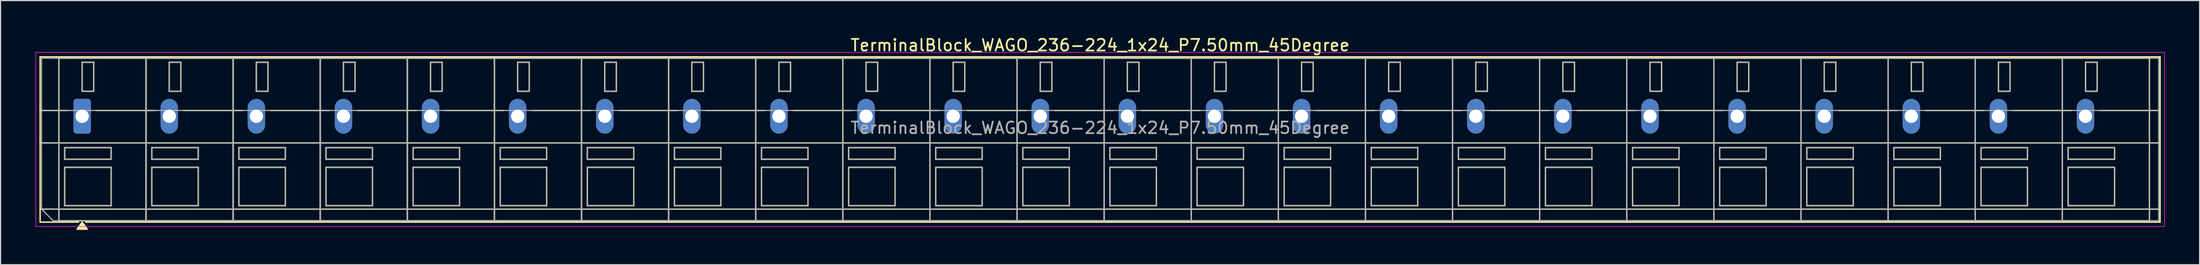
<source format=kicad_pcb>
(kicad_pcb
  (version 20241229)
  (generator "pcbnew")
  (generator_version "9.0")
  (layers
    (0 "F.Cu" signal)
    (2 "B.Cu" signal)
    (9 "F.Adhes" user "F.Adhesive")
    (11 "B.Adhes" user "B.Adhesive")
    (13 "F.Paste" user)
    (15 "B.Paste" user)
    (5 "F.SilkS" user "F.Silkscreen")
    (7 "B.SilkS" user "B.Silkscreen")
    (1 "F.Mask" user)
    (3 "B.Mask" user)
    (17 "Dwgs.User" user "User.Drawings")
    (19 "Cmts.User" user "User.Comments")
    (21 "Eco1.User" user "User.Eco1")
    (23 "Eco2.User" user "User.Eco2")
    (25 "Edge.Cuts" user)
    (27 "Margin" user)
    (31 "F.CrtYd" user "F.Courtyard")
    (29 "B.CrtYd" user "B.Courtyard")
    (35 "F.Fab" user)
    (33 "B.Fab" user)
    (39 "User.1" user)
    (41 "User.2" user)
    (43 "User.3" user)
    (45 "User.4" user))
  (footprint "TerminalBlock_WAGO_236-224_1x24_P7.50mm_45Degree"
    (layer "F.Cu")
    (at 4.025 6.968)
    (property "Reference" "TerminalBlock_WAGO_236-224_1x24_P7.50mm_45Degree" (at 87.65 -6.12 0) (layer "F.SilkS") (effects (font (size 1 1) (thickness 0.15))))
    (attr through_hole)
    (fp_line (start -3.62 -5.12) (end 178.92 -5.12) (stroke (width 0.12) (type solid)) (layer "F.SilkS"))
    (fp_line (start -3.62 -0.5) (end -1.23 -0.5) (stroke (width 0.12) (type solid)) (layer "F.SilkS"))
    (fp_line (start -3.62 2.3) (end 178.92 2.3) (stroke (width 0.12) (type solid)) (layer "F.SilkS"))
    (fp_line (start -3.62 8) (end 178.92 8) (stroke (width 0.12) (type solid)) (layer "F.SilkS"))
    (fp_line (start -3.62 9.12) (end -3.62 -5.12) (stroke (width 0.12) (type solid)) (layer "F.SilkS"))
    (fp_line (start -2 -5) (end 5.5 -5) (stroke (width 0.12) (type solid)) (layer "F.SilkS"))
    (fp_line (start -2 9) (end -2 -5) (stroke (width 0.12) (type solid)) (layer "F.SilkS"))
    (fp_line (start -1.5 2.7) (end 2.5 2.7) (stroke (width 0.12) (type solid)) (layer "F.SilkS"))
    (fp_line (start -1.5 3.7) (end -1.5 2.7) (stroke (width 0.12) (type solid)) (layer "F.SilkS"))
    (fp_line (start -1.5 4.4) (end 2.5 4.4) (stroke (width 0.12) (type solid)) (layer "F.SilkS"))
    (fp_line (start -1.5 7.7) (end -1.5 4.4) (stroke (width 0.12) (type solid)) (layer "F.SilkS"))
    (fp_line (start -0.3 9.12) (end -3.62 9.12) (stroke (width 0.12) (type solid)) (layer "F.SilkS"))
    (fp_line (start 0 -4.65) (end 1 -4.65) (stroke (width 0.12) (type solid)) (layer "F.SilkS"))
    (fp_line (start 0 -2.15) (end 0 -4.65) (stroke (width 0.12) (type solid)) (layer "F.SilkS"))
    (fp_line (start 1 -4.65) (end 1 -2.15) (stroke (width 0.12) (type solid)) (layer "F.SilkS"))
    (fp_line (start 1 -2.15) (end 0 -2.15) (stroke (width 0.12) (type solid)) (layer "F.SilkS"))
    (fp_line (start 1.23 -0.5) (end 6.27 -0.5) (stroke (width 0.12) (type solid)) (layer "F.SilkS"))
    (fp_line (start 2.5 2.7) (end 2.5 3.7) (stroke (width 0.12) (type solid)) (layer "F.SilkS"))
    (fp_line (start 2.5 3.7) (end -1.5 3.7) (stroke (width 0.12) (type solid)) (layer "F.SilkS"))
    (fp_line (start 2.5 4.4) (end 2.5 7.7) (stroke (width 0.12) (type solid)) (layer "F.SilkS"))
    (fp_line (start 2.5 7.7) (end -1.5 7.7) (stroke (width 0.12) (type solid)) (layer "F.SilkS"))
    (fp_line (start 5.5 -5) (end 5.5 9) (stroke (width 0.12) (type solid)) (layer "F.SilkS"))
    (fp_line (start 5.5 -5) (end 13 -5) (stroke (width 0.12) (type solid)) (layer "F.SilkS"))
    (fp_line (start 5.5 9) (end -2 9) (stroke (width 0.12) (type solid)) (layer "F.SilkS"))
    (fp_line (start 5.5 9) (end 5.5 -5) (stroke (width 0.12) (type solid)) (layer "F.SilkS"))
    (fp_line (start 6 2.7) (end 10 2.7) (stroke (width 0.12) (type solid)) (layer "F.SilkS"))
    (fp_line (start 6 3.7) (end 6 2.7) (stroke (width 0.12) (type solid)) (layer "F.SilkS"))
    (fp_line (start 6 4.4) (end 10 4.4) (stroke (width 0.12) (type solid)) (layer "F.SilkS"))
    (fp_line (start 6 7.7) (end 6 4.4) (stroke (width 0.12) (type solid)) (layer "F.SilkS"))
    (fp_line (start 7.5 -4.65) (end 8.5 -4.65) (stroke (width 0.12) (type solid)) (layer "F.SilkS"))
    (fp_line (start 7.5 -2.15) (end 7.5 -4.65) (stroke (width 0.12) (type solid)) (layer "F.SilkS"))
    (fp_line (start 8.5 -4.65) (end 8.5 -2.15) (stroke (width 0.12) (type solid)) (layer "F.SilkS"))
    (fp_line (start 8.5 -2.15) (end 7.5 -2.15) (stroke (width 0.12) (type solid)) (layer "F.SilkS"))
    (fp_line (start 8.73 -0.5) (end 13.77 -0.5) (stroke (width 0.12) (type solid)) (layer "F.SilkS"))
    (fp_line (start 10 2.7) (end 10 3.7) (stroke (width 0.12) (type solid)) (layer "F.SilkS"))
    (fp_line (start 10 3.7) (end 6 3.7) (stroke (width 0.12) (type solid)) (layer "F.SilkS"))
    (fp_line (start 10 4.4) (end 10 7.7) (stroke (width 0.12) (type solid)) (layer "F.SilkS"))
    (fp_line (start 10 7.7) (end 6 7.7) (stroke (width 0.12) (type solid)) (layer "F.SilkS"))
    (fp_line (start 13 -5) (end 13 9) (stroke (width 0.12) (type solid)) (layer "F.SilkS"))
    (fp_line (start 13 -5) (end 20.5 -5) (stroke (width 0.12) (type solid)) (layer "F.SilkS"))
    (fp_line (start 13 9) (end 5.5 9) (stroke (width 0.12) (type solid)) (layer "F.SilkS"))
    (fp_line (start 13 9) (end 13 -5) (stroke (width 0.12) (type solid)) (layer "F.SilkS"))
    (fp_line (start 13.5 2.7) (end 17.5 2.7) (stroke (width 0.12) (type solid)) (layer "F.SilkS"))
    (fp_line (start 13.5 3.7) (end 13.5 2.7) (stroke (width 0.12) (type solid)) (layer "F.SilkS"))
    (fp_line (start 13.5 4.4) (end 17.5 4.4) (stroke (width 0.12) (type solid)) (layer "F.SilkS"))
    (fp_line (start 13.5 7.7) (end 13.5 4.4) (stroke (width 0.12) (type solid)) (layer "F.SilkS"))
    (fp_line (start 15 -4.65) (end 16 -4.65) (stroke (width 0.12) (type solid)) (layer "F.SilkS"))
    (fp_line (start 15 -2.15) (end 15 -4.65) (stroke (width 0.12) (type solid)) (layer "F.SilkS"))
    (fp_line (start 16 -4.65) (end 16 -2.15) (stroke (width 0.12) (type solid)) (layer "F.SilkS"))
    (fp_line (start 16 -2.15) (end 15 -2.15) (stroke (width 0.12) (type solid)) (layer "F.SilkS"))
    (fp_line (start 16.23 -0.5) (end 21.27 -0.5) (stroke (width 0.12) (type solid)) (layer "F.SilkS"))
    (fp_line (start 17.5 2.7) (end 17.5 3.7) (stroke (width 0.12) (type solid)) (layer "F.SilkS"))
    (fp_line (start 17.5 3.7) (end 13.5 3.7) (stroke (width 0.12) (type solid)) (layer "F.SilkS"))
    (fp_line (start 17.5 4.4) (end 17.5 7.7) (stroke (width 0.12) (type solid)) (layer "F.SilkS"))
    (fp_line (start 17.5 7.7) (end 13.5 7.7) (stroke (width 0.12) (type solid)) (layer "F.SilkS"))
    (fp_line (start 20.5 -5) (end 20.5 9) (stroke (width 0.12) (type solid)) (layer "F.SilkS"))
    (fp_line (start 20.5 -5) (end 28 -5) (stroke (width 0.12) (type solid)) (layer "F.SilkS"))
    (fp_line (start 20.5 9) (end 13 9) (stroke (width 0.12) (type solid)) (layer "F.SilkS"))
    (fp_line (start 20.5 9) (end 20.5 -5) (stroke (width 0.12) (type solid)) (layer "F.SilkS"))
    (fp_line (start 21 2.7) (end 25 2.7) (stroke (width 0.12) (type solid)) (layer "F.SilkS"))
    (fp_line (start 21 3.7) (end 21 2.7) (stroke (width 0.12) (type solid)) (layer "F.SilkS"))
    (fp_line (start 21 4.4) (end 25 4.4) (stroke (width 0.12) (type solid)) (layer "F.SilkS"))
    (fp_line (start 21 7.7) (end 21 4.4) (stroke (width 0.12) (type solid)) (layer "F.SilkS"))
    (fp_line (start 22.5 -4.65) (end 23.5 -4.65) (stroke (width 0.12) (type solid)) (layer "F.SilkS"))
    (fp_line (start 22.5 -2.15) (end 22.5 -4.65) (stroke (width 0.12) (type solid)) (layer "F.SilkS"))
    (fp_line (start 23.5 -4.65) (end 23.5 -2.15) (stroke (width 0.12) (type solid)) (layer "F.SilkS"))
    (fp_line (start 23.5 -2.15) (end 22.5 -2.15) (stroke (width 0.12) (type solid)) (layer "F.SilkS"))
    (fp_line (start 23.73 -0.5) (end 28.77 -0.5) (stroke (width 0.12) (type solid)) (layer "F.SilkS"))
    (fp_line (start 25 2.7) (end 25 3.7) (stroke (width 0.12) (type solid)) (layer "F.SilkS"))
    (fp_line (start 25 3.7) (end 21 3.7) (stroke (width 0.12) (type solid)) (layer "F.SilkS"))
    (fp_line (start 25 4.4) (end 25 7.7) (stroke (width 0.12) (type solid)) (layer "F.SilkS"))
    (fp_line (start 25 7.7) (end 21 7.7) (stroke (width 0.12) (type solid)) (layer "F.SilkS"))
    (fp_line (start 28 -5) (end 28 9) (stroke (width 0.12) (type solid)) (layer "F.SilkS"))
    (fp_line (start 28 -5) (end 35.5 -5) (stroke (width 0.12) (type solid)) (layer "F.SilkS"))
    (fp_line (start 28 9) (end 20.5 9) (stroke (width 0.12) (type solid)) (layer "F.SilkS"))
    (fp_line (start 28 9) (end 28 -5) (stroke (width 0.12) (type solid)) (layer "F.SilkS"))
    (fp_line (start 28.5 2.7) (end 32.5 2.7) (stroke (width 0.12) (type solid)) (layer "F.SilkS"))
    (fp_line (start 28.5 3.7) (end 28.5 2.7) (stroke (width 0.12) (type solid)) (layer "F.SilkS"))
    (fp_line (start 28.5 4.4) (end 32.5 4.4) (stroke (width 0.12) (type solid)) (layer "F.SilkS"))
    (fp_line (start 28.5 7.7) (end 28.5 4.4) (stroke (width 0.12) (type solid)) (layer "F.SilkS"))
    (fp_line (start 30 -4.65) (end 31 -4.65) (stroke (width 0.12) (type solid)) (layer "F.SilkS"))
    (fp_line (start 30 -2.15) (end 30 -4.65) (stroke (width 0.12) (type solid)) (layer "F.SilkS"))
    (fp_line (start 31 -4.65) (end 31 -2.15) (stroke (width 0.12) (type solid)) (layer "F.SilkS"))
    (fp_line (start 31 -2.15) (end 30 -2.15) (stroke (width 0.12) (type solid)) (layer "F.SilkS"))
    (fp_line (start 31.23 -0.5) (end 36.27 -0.5) (stroke (width 0.12) (type solid)) (layer "F.SilkS"))
    (fp_line (start 32.5 2.7) (end 32.5 3.7) (stroke (width 0.12) (type solid)) (layer "F.SilkS"))
    (fp_line (start 32.5 3.7) (end 28.5 3.7) (stroke (width 0.12) (type solid)) (layer "F.SilkS"))
    (fp_line (start 32.5 4.4) (end 32.5 7.7) (stroke (width 0.12) (type solid)) (layer "F.SilkS"))
    (fp_line (start 32.5 7.7) (end 28.5 7.7) (stroke (width 0.12) (type solid)) (layer "F.SilkS"))
    (fp_line (start 35.5 -5) (end 35.5 9) (stroke (width 0.12) (type solid)) (layer "F.SilkS"))
    (fp_line (start 35.5 -5) (end 43 -5) (stroke (width 0.12) (type solid)) (layer "F.SilkS"))
    (fp_line (start 35.5 9) (end 28 9) (stroke (width 0.12) (type solid)) (layer "F.SilkS"))
    (fp_line (start 35.5 9) (end 35.5 -5) (stroke (width 0.12) (type solid)) (layer "F.SilkS"))
    (fp_line (start 36 2.7) (end 40 2.7) (stroke (width 0.12) (type solid)) (layer "F.SilkS"))
    (fp_line (start 36 3.7) (end 36 2.7) (stroke (width 0.12) (type solid)) (layer "F.SilkS"))
    (fp_line (start 36 4.4) (end 40 4.4) (stroke (width 0.12) (type solid)) (layer "F.SilkS"))
    (fp_line (start 36 7.7) (end 36 4.4) (stroke (width 0.12) (type solid)) (layer "F.SilkS"))
    (fp_line (start 37.5 -4.65) (end 38.5 -4.65) (stroke (width 0.12) (type solid)) (layer "F.SilkS"))
    (fp_line (start 37.5 -2.15) (end 37.5 -4.65) (stroke (width 0.12) (type solid)) (layer "F.SilkS"))
    (fp_line (start 38.5 -4.65) (end 38.5 -2.15) (stroke (width 0.12) (type solid)) (layer "F.SilkS"))
    (fp_line (start 38.5 -2.15) (end 37.5 -2.15) (stroke (width 0.12) (type solid)) (layer "F.SilkS"))
    (fp_line (start 38.73 -0.5) (end 43.77 -0.5) (stroke (width 0.12) (type solid)) (layer "F.SilkS"))
    (fp_line (start 40 2.7) (end 40 3.7) (stroke (width 0.12) (type solid)) (layer "F.SilkS"))
    (fp_line (start 40 3.7) (end 36 3.7) (stroke (width 0.12) (type solid)) (layer "F.SilkS"))
    (fp_line (start 40 4.4) (end 40 7.7) (stroke (width 0.12) (type solid)) (layer "F.SilkS"))
    (fp_line (start 40 7.7) (end 36 7.7) (stroke (width 0.12) (type solid)) (layer "F.SilkS"))
    (fp_line (start 43 -5) (end 43 9) (stroke (width 0.12) (type solid)) (layer "F.SilkS"))
    (fp_line (start 43 -5) (end 50.5 -5) (stroke (width 0.12) (type solid)) (layer "F.SilkS"))
    (fp_line (start 43 9) (end 35.5 9) (stroke (width 0.12) (type solid)) (layer "F.SilkS"))
    (fp_line (start 43 9) (end 43 -5) (stroke (width 0.12) (type solid)) (layer "F.SilkS"))
    (fp_line (start 43.5 2.7) (end 47.5 2.7) (stroke (width 0.12) (type solid)) (layer "F.SilkS"))
    (fp_line (start 43.5 3.7) (end 43.5 2.7) (stroke (width 0.12) (type solid)) (layer "F.SilkS"))
    (fp_line (start 43.5 4.4) (end 47.5 4.4) (stroke (width 0.12) (type solid)) (layer "F.SilkS"))
    (fp_line (start 43.5 7.7) (end 43.5 4.4) (stroke (width 0.12) (type solid)) (layer "F.SilkS"))
    (fp_line (start 45 -4.65) (end 46 -4.65) (stroke (width 0.12) (type solid)) (layer "F.SilkS"))
    (fp_line (start 45 -2.15) (end 45 -4.65) (stroke (width 0.12) (type solid)) (layer "F.SilkS"))
    (fp_line (start 46 -4.65) (end 46 -2.15) (stroke (width 0.12) (type solid)) (layer "F.SilkS"))
    (fp_line (start 46 -2.15) (end 45 -2.15) (stroke (width 0.12) (type solid)) (layer "F.SilkS"))
    (fp_line (start 46.23 -0.5) (end 51.27 -0.5) (stroke (width 0.12) (type solid)) (layer "F.SilkS"))
    (fp_line (start 47.5 2.7) (end 47.5 3.7) (stroke (width 0.12) (type solid)) (layer "F.SilkS"))
    (fp_line (start 47.5 3.7) (end 43.5 3.7) (stroke (width 0.12) (type solid)) (layer "F.SilkS"))
    (fp_line (start 47.5 4.4) (end 47.5 7.7) (stroke (width 0.12) (type solid)) (layer "F.SilkS"))
    (fp_line (start 47.5 7.7) (end 43.5 7.7) (stroke (width 0.12) (type solid)) (layer "F.SilkS"))
    (fp_line (start 50.5 -5) (end 50.5 9) (stroke (width 0.12) (type solid)) (layer "F.SilkS"))
    (fp_line (start 50.5 -5) (end 58 -5) (stroke (width 0.12) (type solid)) (layer "F.SilkS"))
    (fp_line (start 50.5 9) (end 43 9) (stroke (width 0.12) (type solid)) (layer "F.SilkS"))
    (fp_line (start 50.5 9) (end 50.5 -5) (stroke (width 0.12) (type solid)) (layer "F.SilkS"))
    (fp_line (start 51 2.7) (end 55 2.7) (stroke (width 0.12) (type solid)) (layer "F.SilkS"))
    (fp_line (start 51 3.7) (end 51 2.7) (stroke (width 0.12) (type solid)) (layer "F.SilkS"))
    (fp_line (start 51 4.4) (end 55 4.4) (stroke (width 0.12) (type solid)) (layer "F.SilkS"))
    (fp_line (start 51 7.7) (end 51 4.4) (stroke (width 0.12) (type solid)) (layer "F.SilkS"))
    (fp_line (start 52.5 -4.65) (end 53.5 -4.65) (stroke (width 0.12) (type solid)) (layer "F.SilkS"))
    (fp_line (start 52.5 -2.15) (end 52.5 -4.65) (stroke (width 0.12) (type solid)) (layer "F.SilkS"))
    (fp_line (start 53.5 -4.65) (end 53.5 -2.15) (stroke (width 0.12) (type solid)) (layer "F.SilkS"))
    (fp_line (start 53.5 -2.15) (end 52.5 -2.15) (stroke (width 0.12) (type solid)) (layer "F.SilkS"))
    (fp_line (start 53.73 -0.5) (end 58.77 -0.5) (stroke (width 0.12) (type solid)) (layer "F.SilkS"))
    (fp_line (start 55 2.7) (end 55 3.7) (stroke (width 0.12) (type solid)) (layer "F.SilkS"))
    (fp_line (start 55 3.7) (end 51 3.7) (stroke (width 0.12) (type solid)) (layer "F.SilkS"))
    (fp_line (start 55 4.4) (end 55 7.7) (stroke (width 0.12) (type solid)) (layer "F.SilkS"))
    (fp_line (start 55 7.7) (end 51 7.7) (stroke (width 0.12) (type solid)) (layer "F.SilkS"))
    (fp_line (start 58 -5) (end 58 9) (stroke (width 0.12) (type solid)) (layer "F.SilkS"))
    (fp_line (start 58 -5) (end 65.5 -5) (stroke (width 0.12) (type solid)) (layer "F.SilkS"))
    (fp_line (start 58 9) (end 50.5 9) (stroke (width 0.12) (type solid)) (layer "F.SilkS"))
    (fp_line (start 58 9) (end 58 -5) (stroke (width 0.12) (type solid)) (layer "F.SilkS"))
    (fp_line (start 58.5 2.7) (end 62.5 2.7) (stroke (width 0.12) (type solid)) (layer "F.SilkS"))
    (fp_line (start 58.5 3.7) (end 58.5 2.7) (stroke (width 0.12) (type solid)) (layer "F.SilkS"))
    (fp_line (start 58.5 4.4) (end 62.5 4.4) (stroke (width 0.12) (type solid)) (layer "F.SilkS"))
    (fp_line (start 58.5 7.7) (end 58.5 4.4) (stroke (width 0.12) (type solid)) (layer "F.SilkS"))
    (fp_line (start 60 -4.65) (end 61 -4.65) (stroke (width 0.12) (type solid)) (layer "F.SilkS"))
    (fp_line (start 60 -2.15) (end 60 -4.65) (stroke (width 0.12) (type solid)) (layer "F.SilkS"))
    (fp_line (start 61 -4.65) (end 61 -2.15) (stroke (width 0.12) (type solid)) (layer "F.SilkS"))
    (fp_line (start 61 -2.15) (end 60 -2.15) (stroke (width 0.12) (type solid)) (layer "F.SilkS"))
    (fp_line (start 61.23 -0.5) (end 66.27 -0.5) (stroke (width 0.12) (type solid)) (layer "F.SilkS"))
    (fp_line (start 62.5 2.7) (end 62.5 3.7) (stroke (width 0.12) (type solid)) (layer "F.SilkS"))
    (fp_line (start 62.5 3.7) (end 58.5 3.7) (stroke (width 0.12) (type solid)) (layer "F.SilkS"))
    (fp_line (start 62.5 4.4) (end 62.5 7.7) (stroke (width 0.12) (type solid)) (layer "F.SilkS"))
    (fp_line (start 62.5 7.7) (end 58.5 7.7) (stroke (width 0.12) (type solid)) (layer "F.SilkS"))
    (fp_line (start 65.5 -5) (end 65.5 9) (stroke (width 0.12) (type solid)) (layer "F.SilkS"))
    (fp_line (start 65.5 -5) (end 73 -5) (stroke (width 0.12) (type solid)) (layer "F.SilkS"))
    (fp_line (start 65.5 9) (end 58 9) (stroke (width 0.12) (type solid)) (layer "F.SilkS"))
    (fp_line (start 65.5 9) (end 65.5 -5) (stroke (width 0.12) (type solid)) (layer "F.SilkS"))
    (fp_line (start 66 2.7) (end 70 2.7) (stroke (width 0.12) (type solid)) (layer "F.SilkS"))
    (fp_line (start 66 3.7) (end 66 2.7) (stroke (width 0.12) (type solid)) (layer "F.SilkS"))
    (fp_line (start 66 4.4) (end 70 4.4) (stroke (width 0.12) (type solid)) (layer "F.SilkS"))
    (fp_line (start 66 7.7) (end 66 4.4) (stroke (width 0.12) (type solid)) (layer "F.SilkS"))
    (fp_line (start 67.5 -4.65) (end 68.5 -4.65) (stroke (width 0.12) (type solid)) (layer "F.SilkS"))
    (fp_line (start 67.5 -2.15) (end 67.5 -4.65) (stroke (width 0.12) (type solid)) (layer "F.SilkS"))
    (fp_line (start 68.5 -4.65) (end 68.5 -2.15) (stroke (width 0.12) (type solid)) (layer "F.SilkS"))
    (fp_line (start 68.5 -2.15) (end 67.5 -2.15) (stroke (width 0.12) (type solid)) (layer "F.SilkS"))
    (fp_line (start 68.73 -0.5) (end 73.77 -0.5) (stroke (width 0.12) (type solid)) (layer "F.SilkS"))
    (fp_line (start 70 2.7) (end 70 3.7) (stroke (width 0.12) (type solid)) (layer "F.SilkS"))
    (fp_line (start 70 3.7) (end 66 3.7) (stroke (width 0.12) (type solid)) (layer "F.SilkS"))
    (fp_line (start 70 4.4) (end 70 7.7) (stroke (width 0.12) (type solid)) (layer "F.SilkS"))
    (fp_line (start 70 7.7) (end 66 7.7) (stroke (width 0.12) (type solid)) (layer "F.SilkS"))
    (fp_line (start 73 -5) (end 73 9) (stroke (width 0.12) (type solid)) (layer "F.SilkS"))
    (fp_line (start 73 -5) (end 80.5 -5) (stroke (width 0.12) (type solid)) (layer "F.SilkS"))
    (fp_line (start 73 9) (end 65.5 9) (stroke (width 0.12) (type solid)) (layer "F.SilkS"))
    (fp_line (start 73 9) (end 73 -5) (stroke (width 0.12) (type solid)) (layer "F.SilkS"))
    (fp_line (start 73.5 2.7) (end 77.5 2.7) (stroke (width 0.12) (type solid)) (layer "F.SilkS"))
    (fp_line (start 73.5 3.7) (end 73.5 2.7) (stroke (width 0.12) (type solid)) (layer "F.SilkS"))
    (fp_line (start 73.5 4.4) (end 77.5 4.4) (stroke (width 0.12) (type solid)) (layer "F.SilkS"))
    (fp_line (start 73.5 7.7) (end 73.5 4.4) (stroke (width 0.12) (type solid)) (layer "F.SilkS"))
    (fp_line (start 75 -4.65) (end 76 -4.65) (stroke (width 0.12) (type solid)) (layer "F.SilkS"))
    (fp_line (start 75 -2.15) (end 75 -4.65) (stroke (width 0.12) (type solid)) (layer "F.SilkS"))
    (fp_line (start 76 -4.65) (end 76 -2.15) (stroke (width 0.12) (type solid)) (layer "F.SilkS"))
    (fp_line (start 76 -2.15) (end 75 -2.15) (stroke (width 0.12) (type solid)) (layer "F.SilkS"))
    (fp_line (start 76.23 -0.5) (end 81.27 -0.5) (stroke (width 0.12) (type solid)) (layer "F.SilkS"))
    (fp_line (start 77.5 2.7) (end 77.5 3.7) (stroke (width 0.12) (type solid)) (layer "F.SilkS"))
    (fp_line (start 77.5 3.7) (end 73.5 3.7) (stroke (width 0.12) (type solid)) (layer "F.SilkS"))
    (fp_line (start 77.5 4.4) (end 77.5 7.7) (stroke (width 0.12) (type solid)) (layer "F.SilkS"))
    (fp_line (start 77.5 7.7) (end 73.5 7.7) (stroke (width 0.12) (type solid)) (layer "F.SilkS"))
    (fp_line (start 80.5 -5) (end 80.5 9) (stroke (width 0.12) (type solid)) (layer "F.SilkS"))
    (fp_line (start 80.5 -5) (end 88 -5) (stroke (width 0.12) (type solid)) (layer "F.SilkS"))
    (fp_line (start 80.5 9) (end 73 9) (stroke (width 0.12) (type solid)) (layer "F.SilkS"))
    (fp_line (start 80.5 9) (end 80.5 -5) (stroke (width 0.12) (type solid)) (layer "F.SilkS"))
    (fp_line (start 81 2.7) (end 85 2.7) (stroke (width 0.12) (type solid)) (layer "F.SilkS"))
    (fp_line (start 81 3.7) (end 81 2.7) (stroke (width 0.12) (type solid)) (layer "F.SilkS"))
    (fp_line (start 81 4.4) (end 85 4.4) (stroke (width 0.12) (type solid)) (layer "F.SilkS"))
    (fp_line (start 81 7.7) (end 81 4.4) (stroke (width 0.12) (type solid)) (layer "F.SilkS"))
    (fp_line (start 82.5 -4.65) (end 83.5 -4.65) (stroke (width 0.12) (type solid)) (layer "F.SilkS"))
    (fp_line (start 82.5 -2.15) (end 82.5 -4.65) (stroke (width 0.12) (type solid)) (layer "F.SilkS"))
    (fp_line (start 83.5 -4.65) (end 83.5 -2.15) (stroke (width 0.12) (type solid)) (layer "F.SilkS"))
    (fp_line (start 83.5 -2.15) (end 82.5 -2.15) (stroke (width 0.12) (type solid)) (layer "F.SilkS"))
    (fp_line (start 83.73 -0.5) (end 88.77 -0.5) (stroke (width 0.12) (type solid)) (layer "F.SilkS"))
    (fp_line (start 85 2.7) (end 85 3.7) (stroke (width 0.12) (type solid)) (layer "F.SilkS"))
    (fp_line (start 85 3.7) (end 81 3.7) (stroke (width 0.12) (type solid)) (layer "F.SilkS"))
    (fp_line (start 85 4.4) (end 85 7.7) (stroke (width 0.12) (type solid)) (layer "F.SilkS"))
    (fp_line (start 85 7.7) (end 81 7.7) (stroke (width 0.12) (type solid)) (layer "F.SilkS"))
    (fp_line (start 88 -5) (end 88 9) (stroke (width 0.12) (type solid)) (layer "F.SilkS"))
    (fp_line (start 88 -5) (end 95.5 -5) (stroke (width 0.12) (type solid)) (layer "F.SilkS"))
    (fp_line (start 88 9) (end 80.5 9) (stroke (width 0.12) (type solid)) (layer "F.SilkS"))
    (fp_line (start 88 9) (end 88 -5) (stroke (width 0.12) (type solid)) (layer "F.SilkS"))
    (fp_line (start 88.5 2.7) (end 92.5 2.7) (stroke (width 0.12) (type solid)) (layer "F.SilkS"))
    (fp_line (start 88.5 3.7) (end 88.5 2.7) (stroke (width 0.12) (type solid)) (layer "F.SilkS"))
    (fp_line (start 88.5 4.4) (end 92.5 4.4) (stroke (width 0.12) (type solid)) (layer "F.SilkS"))
    (fp_line (start 88.5 7.7) (end 88.5 4.4) (stroke (width 0.12) (type solid)) (layer "F.SilkS"))
    (fp_line (start 90 -4.65) (end 91 -4.65) (stroke (width 0.12) (type solid)) (layer "F.SilkS"))
    (fp_line (start 90 -2.15) (end 90 -4.65) (stroke (width 0.12) (type solid)) (layer "F.SilkS"))
    (fp_line (start 91 -4.65) (end 91 -2.15) (stroke (width 0.12) (type solid)) (layer "F.SilkS"))
    (fp_line (start 91 -2.15) (end 90 -2.15) (stroke (width 0.12) (type solid)) (layer "F.SilkS"))
    (fp_line (start 91.23 -0.5) (end 96.27 -0.5) (stroke (width 0.12) (type solid)) (layer "F.SilkS"))
    (fp_line (start 92.5 2.7) (end 92.5 3.7) (stroke (width 0.12) (type solid)) (layer "F.SilkS"))
    (fp_line (start 92.5 3.7) (end 88.5 3.7) (stroke (width 0.12) (type solid)) (layer "F.SilkS"))
    (fp_line (start 92.5 4.4) (end 92.5 7.7) (stroke (width 0.12) (type solid)) (layer "F.SilkS"))
    (fp_line (start 92.5 7.7) (end 88.5 7.7) (stroke (width 0.12) (type solid)) (layer "F.SilkS"))
    (fp_line (start 95.5 -5) (end 95.5 9) (stroke (width 0.12) (type solid)) (layer "F.SilkS"))
    (fp_line (start 95.5 -5) (end 103 -5) (stroke (width 0.12) (type solid)) (layer "F.SilkS"))
    (fp_line (start 95.5 9) (end 88 9) (stroke (width 0.12) (type solid)) (layer "F.SilkS"))
    (fp_line (start 95.5 9) (end 95.5 -5) (stroke (width 0.12) (type solid)) (layer "F.SilkS"))
    (fp_line (start 96 2.7) (end 100 2.7) (stroke (width 0.12) (type solid)) (layer "F.SilkS"))
    (fp_line (start 96 3.7) (end 96 2.7) (stroke (width 0.12) (type solid)) (layer "F.SilkS"))
    (fp_line (start 96 4.4) (end 100 4.4) (stroke (width 0.12) (type solid)) (layer "F.SilkS"))
    (fp_line (start 96 7.7) (end 96 4.4) (stroke (width 0.12) (type solid)) (layer "F.SilkS"))
    (fp_line (start 97.5 -4.65) (end 98.5 -4.65) (stroke (width 0.12) (type solid)) (layer "F.SilkS"))
    (fp_line (start 97.5 -2.15) (end 97.5 -4.65) (stroke (width 0.12) (type solid)) (layer "F.SilkS"))
    (fp_line (start 98.5 -4.65) (end 98.5 -2.15) (stroke (width 0.12) (type solid)) (layer "F.SilkS"))
    (fp_line (start 98.5 -2.15) (end 97.5 -2.15) (stroke (width 0.12) (type solid)) (layer "F.SilkS"))
    (fp_line (start 98.73 -0.5) (end 103.77 -0.5) (stroke (width 0.12) (type solid)) (layer "F.SilkS"))
    (fp_line (start 100 2.7) (end 100 3.7) (stroke (width 0.12) (type solid)) (layer "F.SilkS"))
    (fp_line (start 100 3.7) (end 96 3.7) (stroke (width 0.12) (type solid)) (layer "F.SilkS"))
    (fp_line (start 100 4.4) (end 100 7.7) (stroke (width 0.12) (type solid)) (layer "F.SilkS"))
    (fp_line (start 100 7.7) (end 96 7.7) (stroke (width 0.12) (type solid)) (layer "F.SilkS"))
    (fp_line (start 103 -5) (end 103 9) (stroke (width 0.12) (type solid)) (layer "F.SilkS"))
    (fp_line (start 103 -5) (end 110.5 -5) (stroke (width 0.12) (type solid)) (layer "F.SilkS"))
    (fp_line (start 103 9) (end 95.5 9) (stroke (width 0.12) (type solid)) (layer "F.SilkS"))
    (fp_line (start 103 9) (end 103 -5) (stroke (width 0.12) (type solid)) (layer "F.SilkS"))
    (fp_line (start 103.5 2.7) (end 107.5 2.7) (stroke (width 0.12) (type solid)) (layer "F.SilkS"))
    (fp_line (start 103.5 3.7) (end 103.5 2.7) (stroke (width 0.12) (type solid)) (layer "F.SilkS"))
    (fp_line (start 103.5 4.4) (end 107.5 4.4) (stroke (width 0.12) (type solid)) (layer "F.SilkS"))
    (fp_line (start 103.5 7.7) (end 103.5 4.4) (stroke (width 0.12) (type solid)) (layer "F.SilkS"))
    (fp_line (start 105 -4.65) (end 106 -4.65) (stroke (width 0.12) (type solid)) (layer "F.SilkS"))
    (fp_line (start 105 -2.15) (end 105 -4.65) (stroke (width 0.12) (type solid)) (layer "F.SilkS"))
    (fp_line (start 106 -4.65) (end 106 -2.15) (stroke (width 0.12) (type solid)) (layer "F.SilkS"))
    (fp_line (start 106 -2.15) (end 105 -2.15) (stroke (width 0.12) (type solid)) (layer "F.SilkS"))
    (fp_line (start 106.23 -0.5) (end 111.27 -0.5) (stroke (width 0.12) (type solid)) (layer "F.SilkS"))
    (fp_line (start 107.5 2.7) (end 107.5 3.7) (stroke (width 0.12) (type solid)) (layer "F.SilkS"))
    (fp_line (start 107.5 3.7) (end 103.5 3.7) (stroke (width 0.12) (type solid)) (layer "F.SilkS"))
    (fp_line (start 107.5 4.4) (end 107.5 7.7) (stroke (width 0.12) (type solid)) (layer "F.SilkS"))
    (fp_line (start 107.5 7.7) (end 103.5 7.7) (stroke (width 0.12) (type solid)) (layer "F.SilkS"))
    (fp_line (start 110.5 -5) (end 110.5 9) (stroke (width 0.12) (type solid)) (layer "F.SilkS"))
    (fp_line (start 110.5 -5) (end 118 -5) (stroke (width 0.12) (type solid)) (layer "F.SilkS"))
    (fp_line (start 110.5 9) (end 103 9) (stroke (width 0.12) (type solid)) (layer "F.SilkS"))
    (fp_line (start 110.5 9) (end 110.5 -5) (stroke (width 0.12) (type solid)) (layer "F.SilkS"))
    (fp_line (start 111 2.7) (end 115 2.7) (stroke (width 0.12) (type solid)) (layer "F.SilkS"))
    (fp_line (start 111 3.7) (end 111 2.7) (stroke (width 0.12) (type solid)) (layer "F.SilkS"))
    (fp_line (start 111 4.4) (end 115 4.4) (stroke (width 0.12) (type solid)) (layer "F.SilkS"))
    (fp_line (start 111 7.7) (end 111 4.4) (stroke (width 0.12) (type solid)) (layer "F.SilkS"))
    (fp_line (start 112.5 -4.65) (end 113.5 -4.65) (stroke (width 0.12) (type solid)) (layer "F.SilkS"))
    (fp_line (start 112.5 -2.15) (end 112.5 -4.65) (stroke (width 0.12) (type solid)) (layer "F.SilkS"))
    (fp_line (start 113.5 -4.65) (end 113.5 -2.15) (stroke (width 0.12) (type solid)) (layer "F.SilkS"))
    (fp_line (start 113.5 -2.15) (end 112.5 -2.15) (stroke (width 0.12) (type solid)) (layer "F.SilkS"))
    (fp_line (start 113.73 -0.5) (end 118.77 -0.5) (stroke (width 0.12) (type solid)) (layer "F.SilkS"))
    (fp_line (start 115 2.7) (end 115 3.7) (stroke (width 0.12) (type solid)) (layer "F.SilkS"))
    (fp_line (start 115 3.7) (end 111 3.7) (stroke (width 0.12) (type solid)) (layer "F.SilkS"))
    (fp_line (start 115 4.4) (end 115 7.7) (stroke (width 0.12) (type solid)) (layer "F.SilkS"))
    (fp_line (start 115 7.7) (end 111 7.7) (stroke (width 0.12) (type solid)) (layer "F.SilkS"))
    (fp_line (start 118 -5) (end 118 9) (stroke (width 0.12) (type solid)) (layer "F.SilkS"))
    (fp_line (start 118 -5) (end 125.5 -5) (stroke (width 0.12) (type solid)) (layer "F.SilkS"))
    (fp_line (start 118 9) (end 110.5 9) (stroke (width 0.12) (type solid)) (layer "F.SilkS"))
    (fp_line (start 118 9) (end 118 -5) (stroke (width 0.12) (type solid)) (layer "F.SilkS"))
    (fp_line (start 118.5 2.7) (end 122.5 2.7) (stroke (width 0.12) (type solid)) (layer "F.SilkS"))
    (fp_line (start 118.5 3.7) (end 118.5 2.7) (stroke (width 0.12) (type solid)) (layer "F.SilkS"))
    (fp_line (start 118.5 4.4) (end 122.5 4.4) (stroke (width 0.12) (type solid)) (layer "F.SilkS"))
    (fp_line (start 118.5 7.7) (end 118.5 4.4) (stroke (width 0.12) (type solid)) (layer "F.SilkS"))
    (fp_line (start 120 -4.65) (end 121 -4.65) (stroke (width 0.12) (type solid)) (layer "F.SilkS"))
    (fp_line (start 120 -2.15) (end 120 -4.65) (stroke (width 0.12) (type solid)) (layer "F.SilkS"))
    (fp_line (start 121 -4.65) (end 121 -2.15) (stroke (width 0.12) (type solid)) (layer "F.SilkS"))
    (fp_line (start 121 -2.15) (end 120 -2.15) (stroke (width 0.12) (type solid)) (layer "F.SilkS"))
    (fp_line (start 121.23 -0.5) (end 126.27 -0.5) (stroke (width 0.12) (type solid)) (layer "F.SilkS"))
    (fp_line (start 122.5 2.7) (end 122.5 3.7) (stroke (width 0.12) (type solid)) (layer "F.SilkS"))
    (fp_line (start 122.5 3.7) (end 118.5 3.7) (stroke (width 0.12) (type solid)) (layer "F.SilkS"))
    (fp_line (start 122.5 4.4) (end 122.5 7.7) (stroke (width 0.12) (type solid)) (layer "F.SilkS"))
    (fp_line (start 122.5 7.7) (end 118.5 7.7) (stroke (width 0.12) (type solid)) (layer "F.SilkS"))
    (fp_line (start 125.5 -5) (end 125.5 9) (stroke (width 0.12) (type solid)) (layer "F.SilkS"))
    (fp_line (start 125.5 -5) (end 133 -5) (stroke (width 0.12) (type solid)) (layer "F.SilkS"))
    (fp_line (start 125.5 9) (end 118 9) (stroke (width 0.12) (type solid)) (layer "F.SilkS"))
    (fp_line (start 125.5 9) (end 125.5 -5) (stroke (width 0.12) (type solid)) (layer "F.SilkS"))
    (fp_line (start 126 2.7) (end 130 2.7) (stroke (width 0.12) (type solid)) (layer "F.SilkS"))
    (fp_line (start 126 3.7) (end 126 2.7) (stroke (width 0.12) (type solid)) (layer "F.SilkS"))
    (fp_line (start 126 4.4) (end 130 4.4) (stroke (width 0.12) (type solid)) (layer "F.SilkS"))
    (fp_line (start 126 7.7) (end 126 4.4) (stroke (width 0.12) (type solid)) (layer "F.SilkS"))
    (fp_line (start 127.5 -4.65) (end 128.5 -4.65) (stroke (width 0.12) (type solid)) (layer "F.SilkS"))
    (fp_line (start 127.5 -2.15) (end 127.5 -4.65) (stroke (width 0.12) (type solid)) (layer "F.SilkS"))
    (fp_line (start 128.5 -4.65) (end 128.5 -2.15) (stroke (width 0.12) (type solid)) (layer "F.SilkS"))
    (fp_line (start 128.5 -2.15) (end 127.5 -2.15) (stroke (width 0.12) (type solid)) (layer "F.SilkS"))
    (fp_line (start 128.73 -0.5) (end 133.77 -0.5) (stroke (width 0.12) (type solid)) (layer "F.SilkS"))
    (fp_line (start 130 2.7) (end 130 3.7) (stroke (width 0.12) (type solid)) (layer "F.SilkS"))
    (fp_line (start 130 3.7) (end 126 3.7) (stroke (width 0.12) (type solid)) (layer "F.SilkS"))
    (fp_line (start 130 4.4) (end 130 7.7) (stroke (width 0.12) (type solid)) (layer "F.SilkS"))
    (fp_line (start 130 7.7) (end 126 7.7) (stroke (width 0.12) (type solid)) (layer "F.SilkS"))
    (fp_line (start 133 -5) (end 133 9) (stroke (width 0.12) (type solid)) (layer "F.SilkS"))
    (fp_line (start 133 -5) (end 140.5 -5) (stroke (width 0.12) (type solid)) (layer "F.SilkS"))
    (fp_line (start 133 9) (end 125.5 9) (stroke (width 0.12) (type solid)) (layer "F.SilkS"))
    (fp_line (start 133 9) (end 133 -5) (stroke (width 0.12) (type solid)) (layer "F.SilkS"))
    (fp_line (start 133.5 2.7) (end 137.5 2.7) (stroke (width 0.12) (type solid)) (layer "F.SilkS"))
    (fp_line (start 133.5 3.7) (end 133.5 2.7) (stroke (width 0.12) (type solid)) (layer "F.SilkS"))
    (fp_line (start 133.5 4.4) (end 137.5 4.4) (stroke (width 0.12) (type solid)) (layer "F.SilkS"))
    (fp_line (start 133.5 7.7) (end 133.5 4.4) (stroke (width 0.12) (type solid)) (layer "F.SilkS"))
    (fp_line (start 135 -4.65) (end 136 -4.65) (stroke (width 0.12) (type solid)) (layer "F.SilkS"))
    (fp_line (start 135 -2.15) (end 135 -4.65) (stroke (width 0.12) (type solid)) (layer "F.SilkS"))
    (fp_line (start 136 -4.65) (end 136 -2.15) (stroke (width 0.12) (type solid)) (layer "F.SilkS"))
    (fp_line (start 136 -2.15) (end 135 -2.15) (stroke (width 0.12) (type solid)) (layer "F.SilkS"))
    (fp_line (start 136.23 -0.5) (end 141.27 -0.5) (stroke (width 0.12) (type solid)) (layer "F.SilkS"))
    (fp_line (start 137.5 2.7) (end 137.5 3.7) (stroke (width 0.12) (type solid)) (layer "F.SilkS"))
    (fp_line (start 137.5 3.7) (end 133.5 3.7) (stroke (width 0.12) (type solid)) (layer "F.SilkS"))
    (fp_line (start 137.5 4.4) (end 137.5 7.7) (stroke (width 0.12) (type solid)) (layer "F.SilkS"))
    (fp_line (start 137.5 7.7) (end 133.5 7.7) (stroke (width 0.12) (type solid)) (layer "F.SilkS"))
    (fp_line (start 140.5 -5) (end 140.5 9) (stroke (width 0.12) (type solid)) (layer "F.SilkS"))
    (fp_line (start 140.5 -5) (end 148 -5) (stroke (width 0.12) (type solid)) (layer "F.SilkS"))
    (fp_line (start 140.5 9) (end 133 9) (stroke (width 0.12) (type solid)) (layer "F.SilkS"))
    (fp_line (start 140.5 9) (end 140.5 -5) (stroke (width 0.12) (type solid)) (layer "F.SilkS"))
    (fp_line (start 141 2.7) (end 145 2.7) (stroke (width 0.12) (type solid)) (layer "F.SilkS"))
    (fp_line (start 141 3.7) (end 141 2.7) (stroke (width 0.12) (type solid)) (layer "F.SilkS"))
    (fp_line (start 141 4.4) (end 145 4.4) (stroke (width 0.12) (type solid)) (layer "F.SilkS"))
    (fp_line (start 141 7.7) (end 141 4.4) (stroke (width 0.12) (type solid)) (layer "F.SilkS"))
    (fp_line (start 142.5 -4.65) (end 143.5 -4.65) (stroke (width 0.12) (type solid)) (layer "F.SilkS"))
    (fp_line (start 142.5 -2.15) (end 142.5 -4.65) (stroke (width 0.12) (type solid)) (layer "F.SilkS"))
    (fp_line (start 143.5 -4.65) (end 143.5 -2.15) (stroke (width 0.12) (type solid)) (layer "F.SilkS"))
    (fp_line (start 143.5 -2.15) (end 142.5 -2.15) (stroke (width 0.12) (type solid)) (layer "F.SilkS"))
    (fp_line (start 143.73 -0.5) (end 148.77 -0.5) (stroke (width 0.12) (type solid)) (layer "F.SilkS"))
    (fp_line (start 145 2.7) (end 145 3.7) (stroke (width 0.12) (type solid)) (layer "F.SilkS"))
    (fp_line (start 145 3.7) (end 141 3.7) (stroke (width 0.12) (type solid)) (layer "F.SilkS"))
    (fp_line (start 145 4.4) (end 145 7.7) (stroke (width 0.12) (type solid)) (layer "F.SilkS"))
    (fp_line (start 145 7.7) (end 141 7.7) (stroke (width 0.12) (type solid)) (layer "F.SilkS"))
    (fp_line (start 148 -5) (end 148 9) (stroke (width 0.12) (type solid)) (layer "F.SilkS"))
    (fp_line (start 148 -5) (end 155.5 -5) (stroke (width 0.12) (type solid)) (layer "F.SilkS"))
    (fp_line (start 148 9) (end 140.5 9) (stroke (width 0.12) (type solid)) (layer "F.SilkS"))
    (fp_line (start 148 9) (end 148 -5) (stroke (width 0.12) (type solid)) (layer "F.SilkS"))
    (fp_line (start 148.5 2.7) (end 152.5 2.7) (stroke (width 0.12) (type solid)) (layer "F.SilkS"))
    (fp_line (start 148.5 3.7) (end 148.5 2.7) (stroke (width 0.12) (type solid)) (layer "F.SilkS"))
    (fp_line (start 148.5 4.4) (end 152.5 4.4) (stroke (width 0.12) (type solid)) (layer "F.SilkS"))
    (fp_line (start 148.5 7.7) (end 148.5 4.4) (stroke (width 0.12) (type solid)) (layer "F.SilkS"))
    (fp_line (start 150 -4.65) (end 151 -4.65) (stroke (width 0.12) (type solid)) (layer "F.SilkS"))
    (fp_line (start 150 -2.15) (end 150 -4.65) (stroke (width 0.12) (type solid)) (layer "F.SilkS"))
    (fp_line (start 151 -4.65) (end 151 -2.15) (stroke (width 0.12) (type solid)) (layer "F.SilkS"))
    (fp_line (start 151 -2.15) (end 150 -2.15) (stroke (width 0.12) (type solid)) (layer "F.SilkS"))
    (fp_line (start 151.23 -0.5) (end 156.27 -0.5) (stroke (width 0.12) (type solid)) (layer "F.SilkS"))
    (fp_line (start 152.5 2.7) (end 152.5 3.7) (stroke (width 0.12) (type solid)) (layer "F.SilkS"))
    (fp_line (start 152.5 3.7) (end 148.5 3.7) (stroke (width 0.12) (type solid)) (layer "F.SilkS"))
    (fp_line (start 152.5 4.4) (end 152.5 7.7) (stroke (width 0.12) (type solid)) (layer "F.SilkS"))
    (fp_line (start 152.5 7.7) (end 148.5 7.7) (stroke (width 0.12) (type solid)) (layer "F.SilkS"))
    (fp_line (start 155.5 -5) (end 155.5 9) (stroke (width 0.12) (type solid)) (layer "F.SilkS"))
    (fp_line (start 155.5 -5) (end 163 -5) (stroke (width 0.12) (type solid)) (layer "F.SilkS"))
    (fp_line (start 155.5 9) (end 148 9) (stroke (width 0.12) (type solid)) (layer "F.SilkS"))
    (fp_line (start 155.5 9) (end 155.5 -5) (stroke (width 0.12) (type solid)) (layer "F.SilkS"))
    (fp_line (start 156 2.7) (end 160 2.7) (stroke (width 0.12) (type solid)) (layer "F.SilkS"))
    (fp_line (start 156 3.7) (end 156 2.7) (stroke (width 0.12) (type solid)) (layer "F.SilkS"))
    (fp_line (start 156 4.4) (end 160 4.4) (stroke (width 0.12) (type solid)) (layer "F.SilkS"))
    (fp_line (start 156 7.7) (end 156 4.4) (stroke (width 0.12) (type solid)) (layer "F.SilkS"))
    (fp_line (start 157.5 -4.65) (end 158.5 -4.65) (stroke (width 0.12) (type solid)) (layer "F.SilkS"))
    (fp_line (start 157.5 -2.15) (end 157.5 -4.65) (stroke (width 0.12) (type solid)) (layer "F.SilkS"))
    (fp_line (start 158.5 -4.65) (end 158.5 -2.15) (stroke (width 0.12) (type solid)) (layer "F.SilkS"))
    (fp_line (start 158.5 -2.15) (end 157.5 -2.15) (stroke (width 0.12) (type solid)) (layer "F.SilkS"))
    (fp_line (start 158.73 -0.5) (end 163.77 -0.5) (stroke (width 0.12) (type solid)) (layer "F.SilkS"))
    (fp_line (start 160 2.7) (end 160 3.7) (stroke (width 0.12) (type solid)) (layer "F.SilkS"))
    (fp_line (start 160 3.7) (end 156 3.7) (stroke (width 0.12) (type solid)) (layer "F.SilkS"))
    (fp_line (start 160 4.4) (end 160 7.7) (stroke (width 0.12) (type solid)) (layer "F.SilkS"))
    (fp_line (start 160 7.7) (end 156 7.7) (stroke (width 0.12) (type solid)) (layer "F.SilkS"))
    (fp_line (start 163 -5) (end 163 9) (stroke (width 0.12) (type solid)) (layer "F.SilkS"))
    (fp_line (start 163 -5) (end 170.5 -5) (stroke (width 0.12) (type solid)) (layer "F.SilkS"))
    (fp_line (start 163 9) (end 155.5 9) (stroke (width 0.12) (type solid)) (layer "F.SilkS"))
    (fp_line (start 163 9) (end 163 -5) (stroke (width 0.12) (type solid)) (layer "F.SilkS"))
    (fp_line (start 163.5 2.7) (end 167.5 2.7) (stroke (width 0.12) (type solid)) (layer "F.SilkS"))
    (fp_line (start 163.5 3.7) (end 163.5 2.7) (stroke (width 0.12) (type solid)) (layer "F.SilkS"))
    (fp_line (start 163.5 4.4) (end 167.5 4.4) (stroke (width 0.12) (type solid)) (layer "F.SilkS"))
    (fp_line (start 163.5 7.7) (end 163.5 4.4) (stroke (width 0.12) (type solid)) (layer "F.SilkS"))
    (fp_line (start 165 -4.65) (end 166 -4.65) (stroke (width 0.12) (type solid)) (layer "F.SilkS"))
    (fp_line (start 165 -2.15) (end 165 -4.65) (stroke (width 0.12) (type solid)) (layer "F.SilkS"))
    (fp_line (start 166 -4.65) (end 166 -2.15) (stroke (width 0.12) (type solid)) (layer "F.SilkS"))
    (fp_line (start 166 -2.15) (end 165 -2.15) (stroke (width 0.12) (type solid)) (layer "F.SilkS"))
    (fp_line (start 166.23 -0.5) (end 171.27 -0.5) (stroke (width 0.12) (type solid)) (layer "F.SilkS"))
    (fp_line (start 167.5 2.7) (end 167.5 3.7) (stroke (width 0.12) (type solid)) (layer "F.SilkS"))
    (fp_line (start 167.5 3.7) (end 163.5 3.7) (stroke (width 0.12) (type solid)) (layer "F.SilkS"))
    (fp_line (start 167.5 4.4) (end 167.5 7.7) (stroke (width 0.12) (type solid)) (layer "F.SilkS"))
    (fp_line (start 167.5 7.7) (end 163.5 7.7) (stroke (width 0.12) (type solid)) (layer "F.SilkS"))
    (fp_line (start 170.5 -5) (end 170.5 9) (stroke (width 0.12) (type solid)) (layer "F.SilkS"))
    (fp_line (start 170.5 -5) (end 178 -5) (stroke (width 0.12) (type solid)) (layer "F.SilkS"))
    (fp_line (start 170.5 9) (end 163 9) (stroke (width 0.12) (type solid)) (layer "F.SilkS"))
    (fp_line (start 170.5 9) (end 170.5 -5) (stroke (width 0.12) (type solid)) (layer "F.SilkS"))
    (fp_line (start 171 2.7) (end 175 2.7) (stroke (width 0.12) (type solid)) (layer "F.SilkS"))
    (fp_line (start 171 3.7) (end 171 2.7) (stroke (width 0.12) (type solid)) (layer "F.SilkS"))
    (fp_line (start 171 4.4) (end 175 4.4) (stroke (width 0.12) (type solid)) (layer "F.SilkS"))
    (fp_line (start 171 7.7) (end 171 4.4) (stroke (width 0.12) (type solid)) (layer "F.SilkS"))
    (fp_line (start 172.5 -4.65) (end 173.5 -4.65) (stroke (width 0.12) (type solid)) (layer "F.SilkS"))
    (fp_line (start 172.5 -2.15) (end 172.5 -4.65) (stroke (width 0.12) (type solid)) (layer "F.SilkS"))
    (fp_line (start 173.5 -4.65) (end 173.5 -2.15) (stroke (width 0.12) (type solid)) (layer "F.SilkS"))
    (fp_line (start 173.5 -2.15) (end 172.5 -2.15) (stroke (width 0.12) (type solid)) (layer "F.SilkS"))
    (fp_line (start 173.73 -0.5) (end 178.92 -0.5) (stroke (width 0.12) (type solid)) (layer "F.SilkS"))
    (fp_line (start 175 2.7) (end 175 3.7) (stroke (width 0.12) (type solid)) (layer "F.SilkS"))
    (fp_line (start 175 3.7) (end 171 3.7) (stroke (width 0.12) (type solid)) (layer "F.SilkS"))
    (fp_line (start 175 4.4) (end 175 7.7) (stroke (width 0.12) (type solid)) (layer "F.SilkS"))
    (fp_line (start 175 7.7) (end 171 7.7) (stroke (width 0.12) (type solid)) (layer "F.SilkS"))
    (fp_line (start 178 -5) (end 178 9) (stroke (width 0.12) (type solid)) (layer "F.SilkS"))
    (fp_line (start 178 9) (end 170.5 9) (stroke (width 0.12) (type solid)) (layer "F.SilkS"))
    (fp_line (start 178.92 -5.12) (end 178.92 9.12) (stroke (width 0.12) (type solid)) (layer "F.SilkS"))
    (fp_line (start 178.92 9.12) (end 0.3 9.12) (stroke (width 0.12) (type solid)) (layer "F.SilkS"))
    (fp_poly (pts (xy 0 9.12) (xy 0.44 9.73) (xy -0.44 9.73)) (stroke (width 0.12) (type solid)) (fill yes) (layer "F.SilkS"))
    (fp_line (start -4 -5.5) (end -4 9.5) (stroke (width 0.05) (type solid)) (layer "F.CrtYd"))
    (fp_line (start -4 9.5) (end 179.3 9.5) (stroke (width 0.05) (type solid)) (layer "F.CrtYd"))
    (fp_line (start 179.3 -5.5) (end -4 -5.5) (stroke (width 0.05) (type solid)) (layer "F.CrtYd"))
    (fp_line (start 179.3 9.5) (end 179.3 -5.5) (stroke (width 0.05) (type solid)) (layer "F.CrtYd"))
    (fp_line (start -3.5 -5) (end 178.8 -5) (stroke (width 0.1) (type solid)) (layer "F.Fab"))
    (fp_line (start -3.5 -0.5) (end 178.8 -0.5) (stroke (width 0.1) (type solid)) (layer "F.Fab"))
    (fp_line (start -3.5 2.3) (end 178.8 2.3) (stroke (width 0.1) (type solid)) (layer "F.Fab"))
    (fp_line (start -3.5 8) (end -3.5 -5) (stroke (width 0.1) (type solid)) (layer "F.Fab"))
    (fp_line (start -3.5 8) (end 178.8 8) (stroke (width 0.1) (type solid)) (layer "F.Fab"))
    (fp_line (start -2.5 9) (end -3.5 8) (stroke (width 0.1) (type solid)) (layer "F.Fab"))
    (fp_line (start -2 -5) (end -2 9) (stroke (width 0.1) (type solid)) (layer "F.Fab"))
    (fp_line (start -2 9) (end 5.5 9) (stroke (width 0.1) (type solid)) (layer "F.Fab"))
    (fp_line (start -1.5 2.7) (end -1.5 3.7) (stroke (width 0.1) (type solid)) (layer "F.Fab"))
    (fp_line (start -1.5 3.7) (end 2.5 3.7) (stroke (width 0.1) (type solid)) (layer "F.Fab"))
    (fp_line (start -1.5 4.4) (end -1.5 7.7) (stroke (width 0.1) (type solid)) (layer "F.Fab"))
    (fp_line (start -1.5 7.7) (end 2.5 7.7) (stroke (width 0.1) (type solid)) (layer "F.Fab"))
    (fp_line (start 0 -4.65) (end 0 -2.15) (stroke (width 0.1) (type solid)) (layer "F.Fab"))
    (fp_line (start 0 -2.15) (end 1 -2.15) (stroke (width 0.1) (type solid)) (layer "F.Fab"))
    (fp_line (start 1 -4.65) (end 0 -4.65) (stroke (width 0.1) (type solid)) (layer "F.Fab"))
    (fp_line (start 1 -2.15) (end 1 -4.65) (stroke (width 0.1) (type solid)) (layer "F.Fab"))
    (fp_line (start 2.5 2.7) (end -1.5 2.7) (stroke (width 0.1) (type solid)) (layer "F.Fab"))
    (fp_line (start 2.5 3.7) (end 2.5 2.7) (stroke (width 0.1) (type solid)) (layer "F.Fab"))
    (fp_line (start 2.5 4.4) (end -1.5 4.4) (stroke (width 0.1) (type solid)) (layer "F.Fab"))
    (fp_line (start 2.5 7.7) (end 2.5 4.4) (stroke (width 0.1) (type solid)) (layer "F.Fab"))
    (fp_line (start 5.5 -5) (end -2 -5) (stroke (width 0.1) (type solid)) (layer "F.Fab"))
    (fp_line (start 5.5 -5) (end 5.5 9) (stroke (width 0.1) (type solid)) (layer "F.Fab"))
    (fp_line (start 5.5 9) (end 5.5 -5) (stroke (width 0.1) (type solid)) (layer "F.Fab"))
    (fp_line (start 5.5 9) (end 13 9) (stroke (width 0.1) (type solid)) (layer "F.Fab"))
    (fp_line (start 6 2.7) (end 6 3.7) (stroke (width 0.1) (type solid)) (layer "F.Fab"))
    (fp_line (start 6 3.7) (end 10 3.7) (stroke (width 0.1) (type solid)) (layer "F.Fab"))
    (fp_line (start 6 4.4) (end 6 7.7) (stroke (width 0.1) (type solid)) (layer "F.Fab"))
    (fp_line (start 6 7.7) (end 10 7.7) (stroke (width 0.1) (type solid)) (layer "F.Fab"))
    (fp_line (start 7.5 -4.65) (end 7.5 -2.15) (stroke (width 0.1) (type solid)) (layer "F.Fab"))
    (fp_line (start 7.5 -2.15) (end 8.5 -2.15) (stroke (width 0.1) (type solid)) (layer "F.Fab"))
    (fp_line (start 8.5 -4.65) (end 7.5 -4.65) (stroke (width 0.1) (type solid)) (layer "F.Fab"))
    (fp_line (start 8.5 -2.15) (end 8.5 -4.65) (stroke (width 0.1) (type solid)) (layer "F.Fab"))
    (fp_line (start 10 2.7) (end 6 2.7) (stroke (width 0.1) (type solid)) (layer "F.Fab"))
    (fp_line (start 10 3.7) (end 10 2.7) (stroke (width 0.1) (type solid)) (layer "F.Fab"))
    (fp_line (start 10 4.4) (end 6 4.4) (stroke (width 0.1) (type solid)) (layer "F.Fab"))
    (fp_line (start 10 7.7) (end 10 4.4) (stroke (width 0.1) (type solid)) (layer "F.Fab"))
    (fp_line (start 13 -5) (end 5.5 -5) (stroke (width 0.1) (type solid)) (layer "F.Fab"))
    (fp_line (start 13 -5) (end 13 9) (stroke (width 0.1) (type solid)) (layer "F.Fab"))
    (fp_line (start 13 9) (end 13 -5) (stroke (width 0.1) (type solid)) (layer "F.Fab"))
    (fp_line (start 13 9) (end 20.5 9) (stroke (width 0.1) (type solid)) (layer "F.Fab"))
    (fp_line (start 13.5 2.7) (end 13.5 3.7) (stroke (width 0.1) (type solid)) (layer "F.Fab"))
    (fp_line (start 13.5 3.7) (end 17.5 3.7) (stroke (width 0.1) (type solid)) (layer "F.Fab"))
    (fp_line (start 13.5 4.4) (end 13.5 7.7) (stroke (width 0.1) (type solid)) (layer "F.Fab"))
    (fp_line (start 13.5 7.7) (end 17.5 7.7) (stroke (width 0.1) (type solid)) (layer "F.Fab"))
    (fp_line (start 15 -4.65) (end 15 -2.15) (stroke (width 0.1) (type solid)) (layer "F.Fab"))
    (fp_line (start 15 -2.15) (end 16 -2.15) (stroke (width 0.1) (type solid)) (layer "F.Fab"))
    (fp_line (start 16 -4.65) (end 15 -4.65) (stroke (width 0.1) (type solid)) (layer "F.Fab"))
    (fp_line (start 16 -2.15) (end 16 -4.65) (stroke (width 0.1) (type solid)) (layer "F.Fab"))
    (fp_line (start 17.5 2.7) (end 13.5 2.7) (stroke (width 0.1) (type solid)) (layer "F.Fab"))
    (fp_line (start 17.5 3.7) (end 17.5 2.7) (stroke (width 0.1) (type solid)) (layer "F.Fab"))
    (fp_line (start 17.5 4.4) (end 13.5 4.4) (stroke (width 0.1) (type solid)) (layer "F.Fab"))
    (fp_line (start 17.5 7.7) (end 17.5 4.4) (stroke (width 0.1) (type solid)) (layer "F.Fab"))
    (fp_line (start 20.5 -5) (end 13 -5) (stroke (width 0.1) (type solid)) (layer "F.Fab"))
    (fp_line (start 20.5 -5) (end 20.5 9) (stroke (width 0.1) (type solid)) (layer "F.Fab"))
    (fp_line (start 20.5 9) (end 20.5 -5) (stroke (width 0.1) (type solid)) (layer "F.Fab"))
    (fp_line (start 20.5 9) (end 28 9) (stroke (width 0.1) (type solid)) (layer "F.Fab"))
    (fp_line (start 21 2.7) (end 21 3.7) (stroke (width 0.1) (type solid)) (layer "F.Fab"))
    (fp_line (start 21 3.7) (end 25 3.7) (stroke (width 0.1) (type solid)) (layer "F.Fab"))
    (fp_line (start 21 4.4) (end 21 7.7) (stroke (width 0.1) (type solid)) (layer "F.Fab"))
    (fp_line (start 21 7.7) (end 25 7.7) (stroke (width 0.1) (type solid)) (layer "F.Fab"))
    (fp_line (start 22.5 -4.65) (end 22.5 -2.15) (stroke (width 0.1) (type solid)) (layer "F.Fab"))
    (fp_line (start 22.5 -2.15) (end 23.5 -2.15) (stroke (width 0.1) (type solid)) (layer "F.Fab"))
    (fp_line (start 23.5 -4.65) (end 22.5 -4.65) (stroke (width 0.1) (type solid)) (layer "F.Fab"))
    (fp_line (start 23.5 -2.15) (end 23.5 -4.65) (stroke (width 0.1) (type solid)) (layer "F.Fab"))
    (fp_line (start 25 2.7) (end 21 2.7) (stroke (width 0.1) (type solid)) (layer "F.Fab"))
    (fp_line (start 25 3.7) (end 25 2.7) (stroke (width 0.1) (type solid)) (layer "F.Fab"))
    (fp_line (start 25 4.4) (end 21 4.4) (stroke (width 0.1) (type solid)) (layer "F.Fab"))
    (fp_line (start 25 7.7) (end 25 4.4) (stroke (width 0.1) (type solid)) (layer "F.Fab"))
    (fp_line (start 28 -5) (end 20.5 -5) (stroke (width 0.1) (type solid)) (layer "F.Fab"))
    (fp_line (start 28 -5) (end 28 9) (stroke (width 0.1) (type solid)) (layer "F.Fab"))
    (fp_line (start 28 9) (end 28 -5) (stroke (width 0.1) (type solid)) (layer "F.Fab"))
    (fp_line (start 28 9) (end 35.5 9) (stroke (width 0.1) (type solid)) (layer "F.Fab"))
    (fp_line (start 28.5 2.7) (end 28.5 3.7) (stroke (width 0.1) (type solid)) (layer "F.Fab"))
    (fp_line (start 28.5 3.7) (end 32.5 3.7) (stroke (width 0.1) (type solid)) (layer "F.Fab"))
    (fp_line (start 28.5 4.4) (end 28.5 7.7) (stroke (width 0.1) (type solid)) (layer "F.Fab"))
    (fp_line (start 28.5 7.7) (end 32.5 7.7) (stroke (width 0.1) (type solid)) (layer "F.Fab"))
    (fp_line (start 30 -4.65) (end 30 -2.15) (stroke (width 0.1) (type solid)) (layer "F.Fab"))
    (fp_line (start 30 -2.15) (end 31 -2.15) (stroke (width 0.1) (type solid)) (layer "F.Fab"))
    (fp_line (start 31 -4.65) (end 30 -4.65) (stroke (width 0.1) (type solid)) (layer "F.Fab"))
    (fp_line (start 31 -2.15) (end 31 -4.65) (stroke (width 0.1) (type solid)) (layer "F.Fab"))
    (fp_line (start 32.5 2.7) (end 28.5 2.7) (stroke (width 0.1) (type solid)) (layer "F.Fab"))
    (fp_line (start 32.5 3.7) (end 32.5 2.7) (stroke (width 0.1) (type solid)) (layer "F.Fab"))
    (fp_line (start 32.5 4.4) (end 28.5 4.4) (stroke (width 0.1) (type solid)) (layer "F.Fab"))
    (fp_line (start 32.5 7.7) (end 32.5 4.4) (stroke (width 0.1) (type solid)) (layer "F.Fab"))
    (fp_line (start 35.5 -5) (end 28 -5) (stroke (width 0.1) (type solid)) (layer "F.Fab"))
    (fp_line (start 35.5 -5) (end 35.5 9) (stroke (width 0.1) (type solid)) (layer "F.Fab"))
    (fp_line (start 35.5 9) (end 35.5 -5) (stroke (width 0.1) (type solid)) (layer "F.Fab"))
    (fp_line (start 35.5 9) (end 43 9) (stroke (width 0.1) (type solid)) (layer "F.Fab"))
    (fp_line (start 36 2.7) (end 36 3.7) (stroke (width 0.1) (type solid)) (layer "F.Fab"))
    (fp_line (start 36 3.7) (end 40 3.7) (stroke (width 0.1) (type solid)) (layer "F.Fab"))
    (fp_line (start 36 4.4) (end 36 7.7) (stroke (width 0.1) (type solid)) (layer "F.Fab"))
    (fp_line (start 36 7.7) (end 40 7.7) (stroke (width 0.1) (type solid)) (layer "F.Fab"))
    (fp_line (start 37.5 -4.65) (end 37.5 -2.15) (stroke (width 0.1) (type solid)) (layer "F.Fab"))
    (fp_line (start 37.5 -2.15) (end 38.5 -2.15) (stroke (width 0.1) (type solid)) (layer "F.Fab"))
    (fp_line (start 38.5 -4.65) (end 37.5 -4.65) (stroke (width 0.1) (type solid)) (layer "F.Fab"))
    (fp_line (start 38.5 -2.15) (end 38.5 -4.65) (stroke (width 0.1) (type solid)) (layer "F.Fab"))
    (fp_line (start 40 2.7) (end 36 2.7) (stroke (width 0.1) (type solid)) (layer "F.Fab"))
    (fp_line (start 40 3.7) (end 40 2.7) (stroke (width 0.1) (type solid)) (layer "F.Fab"))
    (fp_line (start 40 4.4) (end 36 4.4) (stroke (width 0.1) (type solid)) (layer "F.Fab"))
    (fp_line (start 40 7.7) (end 40 4.4) (stroke (width 0.1) (type solid)) (layer "F.Fab"))
    (fp_line (start 43 -5) (end 35.5 -5) (stroke (width 0.1) (type solid)) (layer "F.Fab"))
    (fp_line (start 43 -5) (end 43 9) (stroke (width 0.1) (type solid)) (layer "F.Fab"))
    (fp_line (start 43 9) (end 43 -5) (stroke (width 0.1) (type solid)) (layer "F.Fab"))
    (fp_line (start 43 9) (end 50.5 9) (stroke (width 0.1) (type solid)) (layer "F.Fab"))
    (fp_line (start 43.5 2.7) (end 43.5 3.7) (stroke (width 0.1) (type solid)) (layer "F.Fab"))
    (fp_line (start 43.5 3.7) (end 47.5 3.7) (stroke (width 0.1) (type solid)) (layer "F.Fab"))
    (fp_line (start 43.5 4.4) (end 43.5 7.7) (stroke (width 0.1) (type solid)) (layer "F.Fab"))
    (fp_line (start 43.5 7.7) (end 47.5 7.7) (stroke (width 0.1) (type solid)) (layer "F.Fab"))
    (fp_line (start 45 -4.65) (end 45 -2.15) (stroke (width 0.1) (type solid)) (layer "F.Fab"))
    (fp_line (start 45 -2.15) (end 46 -2.15) (stroke (width 0.1) (type solid)) (layer "F.Fab"))
    (fp_line (start 46 -4.65) (end 45 -4.65) (stroke (width 0.1) (type solid)) (layer "F.Fab"))
    (fp_line (start 46 -2.15) (end 46 -4.65) (stroke (width 0.1) (type solid)) (layer "F.Fab"))
    (fp_line (start 47.5 2.7) (end 43.5 2.7) (stroke (width 0.1) (type solid)) (layer "F.Fab"))
    (fp_line (start 47.5 3.7) (end 47.5 2.7) (stroke (width 0.1) (type solid)) (layer "F.Fab"))
    (fp_line (start 47.5 4.4) (end 43.5 4.4) (stroke (width 0.1) (type solid)) (layer "F.Fab"))
    (fp_line (start 47.5 7.7) (end 47.5 4.4) (stroke (width 0.1) (type solid)) (layer "F.Fab"))
    (fp_line (start 50.5 -5) (end 43 -5) (stroke (width 0.1) (type solid)) (layer "F.Fab"))
    (fp_line (start 50.5 -5) (end 50.5 9) (stroke (width 0.1) (type solid)) (layer "F.Fab"))
    (fp_line (start 50.5 9) (end 50.5 -5) (stroke (width 0.1) (type solid)) (layer "F.Fab"))
    (fp_line (start 50.5 9) (end 58 9) (stroke (width 0.1) (type solid)) (layer "F.Fab"))
    (fp_line (start 51 2.7) (end 51 3.7) (stroke (width 0.1) (type solid)) (layer "F.Fab"))
    (fp_line (start 51 3.7) (end 55 3.7) (stroke (width 0.1) (type solid)) (layer "F.Fab"))
    (fp_line (start 51 4.4) (end 51 7.7) (stroke (width 0.1) (type solid)) (layer "F.Fab"))
    (fp_line (start 51 7.7) (end 55 7.7) (stroke (width 0.1) (type solid)) (layer "F.Fab"))
    (fp_line (start 52.5 -4.65) (end 52.5 -2.15) (stroke (width 0.1) (type solid)) (layer "F.Fab"))
    (fp_line (start 52.5 -2.15) (end 53.5 -2.15) (stroke (width 0.1) (type solid)) (layer "F.Fab"))
    (fp_line (start 53.5 -4.65) (end 52.5 -4.65) (stroke (width 0.1) (type solid)) (layer "F.Fab"))
    (fp_line (start 53.5 -2.15) (end 53.5 -4.65) (stroke (width 0.1) (type solid)) (layer "F.Fab"))
    (fp_line (start 55 2.7) (end 51 2.7) (stroke (width 0.1) (type solid)) (layer "F.Fab"))
    (fp_line (start 55 3.7) (end 55 2.7) (stroke (width 0.1) (type solid)) (layer "F.Fab"))
    (fp_line (start 55 4.4) (end 51 4.4) (stroke (width 0.1) (type solid)) (layer "F.Fab"))
    (fp_line (start 55 7.7) (end 55 4.4) (stroke (width 0.1) (type solid)) (layer "F.Fab"))
    (fp_line (start 58 -5) (end 50.5 -5) (stroke (width 0.1) (type solid)) (layer "F.Fab"))
    (fp_line (start 58 -5) (end 58 9) (stroke (width 0.1) (type solid)) (layer "F.Fab"))
    (fp_line (start 58 9) (end 58 -5) (stroke (width 0.1) (type solid)) (layer "F.Fab"))
    (fp_line (start 58 9) (end 65.5 9) (stroke (width 0.1) (type solid)) (layer "F.Fab"))
    (fp_line (start 58.5 2.7) (end 58.5 3.7) (stroke (width 0.1) (type solid)) (layer "F.Fab"))
    (fp_line (start 58.5 3.7) (end 62.5 3.7) (stroke (width 0.1) (type solid)) (layer "F.Fab"))
    (fp_line (start 58.5 4.4) (end 58.5 7.7) (stroke (width 0.1) (type solid)) (layer "F.Fab"))
    (fp_line (start 58.5 7.7) (end 62.5 7.7) (stroke (width 0.1) (type solid)) (layer "F.Fab"))
    (fp_line (start 60 -4.65) (end 60 -2.15) (stroke (width 0.1) (type solid)) (layer "F.Fab"))
    (fp_line (start 60 -2.15) (end 61 -2.15) (stroke (width 0.1) (type solid)) (layer "F.Fab"))
    (fp_line (start 61 -4.65) (end 60 -4.65) (stroke (width 0.1) (type solid)) (layer "F.Fab"))
    (fp_line (start 61 -2.15) (end 61 -4.65) (stroke (width 0.1) (type solid)) (layer "F.Fab"))
    (fp_line (start 62.5 2.7) (end 58.5 2.7) (stroke (width 0.1) (type solid)) (layer "F.Fab"))
    (fp_line (start 62.5 3.7) (end 62.5 2.7) (stroke (width 0.1) (type solid)) (layer "F.Fab"))
    (fp_line (start 62.5 4.4) (end 58.5 4.4) (stroke (width 0.1) (type solid)) (layer "F.Fab"))
    (fp_line (start 62.5 7.7) (end 62.5 4.4) (stroke (width 0.1) (type solid)) (layer "F.Fab"))
    (fp_line (start 65.5 -5) (end 58 -5) (stroke (width 0.1) (type solid)) (layer "F.Fab"))
    (fp_line (start 65.5 -5) (end 65.5 9) (stroke (width 0.1) (type solid)) (layer "F.Fab"))
    (fp_line (start 65.5 9) (end 65.5 -5) (stroke (width 0.1) (type solid)) (layer "F.Fab"))
    (fp_line (start 65.5 9) (end 73 9) (stroke (width 0.1) (type solid)) (layer "F.Fab"))
    (fp_line (start 66 2.7) (end 66 3.7) (stroke (width 0.1) (type solid)) (layer "F.Fab"))
    (fp_line (start 66 3.7) (end 70 3.7) (stroke (width 0.1) (type solid)) (layer "F.Fab"))
    (fp_line (start 66 4.4) (end 66 7.7) (stroke (width 0.1) (type solid)) (layer "F.Fab"))
    (fp_line (start 66 7.7) (end 70 7.7) (stroke (width 0.1) (type solid)) (layer "F.Fab"))
    (fp_line (start 67.5 -4.65) (end 67.5 -2.15) (stroke (width 0.1) (type solid)) (layer "F.Fab"))
    (fp_line (start 67.5 -2.15) (end 68.5 -2.15) (stroke (width 0.1) (type solid)) (layer "F.Fab"))
    (fp_line (start 68.5 -4.65) (end 67.5 -4.65) (stroke (width 0.1) (type solid)) (layer "F.Fab"))
    (fp_line (start 68.5 -2.15) (end 68.5 -4.65) (stroke (width 0.1) (type solid)) (layer "F.Fab"))
    (fp_line (start 70 2.7) (end 66 2.7) (stroke (width 0.1) (type solid)) (layer "F.Fab"))
    (fp_line (start 70 3.7) (end 70 2.7) (stroke (width 0.1) (type solid)) (layer "F.Fab"))
    (fp_line (start 70 4.4) (end 66 4.4) (stroke (width 0.1) (type solid)) (layer "F.Fab"))
    (fp_line (start 70 7.7) (end 70 4.4) (stroke (width 0.1) (type solid)) (layer "F.Fab"))
    (fp_line (start 73 -5) (end 65.5 -5) (stroke (width 0.1) (type solid)) (layer "F.Fab"))
    (fp_line (start 73 -5) (end 73 9) (stroke (width 0.1) (type solid)) (layer "F.Fab"))
    (fp_line (start 73 9) (end 73 -5) (stroke (width 0.1) (type solid)) (layer "F.Fab"))
    (fp_line (start 73 9) (end 80.5 9) (stroke (width 0.1) (type solid)) (layer "F.Fab"))
    (fp_line (start 73.5 2.7) (end 73.5 3.7) (stroke (width 0.1) (type solid)) (layer "F.Fab"))
    (fp_line (start 73.5 3.7) (end 77.5 3.7) (stroke (width 0.1) (type solid)) (layer "F.Fab"))
    (fp_line (start 73.5 4.4) (end 73.5 7.7) (stroke (width 0.1) (type solid)) (layer "F.Fab"))
    (fp_line (start 73.5 7.7) (end 77.5 7.7) (stroke (width 0.1) (type solid)) (layer "F.Fab"))
    (fp_line (start 75 -4.65) (end 75 -2.15) (stroke (width 0.1) (type solid)) (layer "F.Fab"))
    (fp_line (start 75 -2.15) (end 76 -2.15) (stroke (width 0.1) (type solid)) (layer "F.Fab"))
    (fp_line (start 76 -4.65) (end 75 -4.65) (stroke (width 0.1) (type solid)) (layer "F.Fab"))
    (fp_line (start 76 -2.15) (end 76 -4.65) (stroke (width 0.1) (type solid)) (layer "F.Fab"))
    (fp_line (start 77.5 2.7) (end 73.5 2.7) (stroke (width 0.1) (type solid)) (layer "F.Fab"))
    (fp_line (start 77.5 3.7) (end 77.5 2.7) (stroke (width 0.1) (type solid)) (layer "F.Fab"))
    (fp_line (start 77.5 4.4) (end 73.5 4.4) (stroke (width 0.1) (type solid)) (layer "F.Fab"))
    (fp_line (start 77.5 7.7) (end 77.5 4.4) (stroke (width 0.1) (type solid)) (layer "F.Fab"))
    (fp_line (start 80.5 -5) (end 73 -5) (stroke (width 0.1) (type solid)) (layer "F.Fab"))
    (fp_line (start 80.5 -5) (end 80.5 9) (stroke (width 0.1) (type solid)) (layer "F.Fab"))
    (fp_line (start 80.5 9) (end 80.5 -5) (stroke (width 0.1) (type solid)) (layer "F.Fab"))
    (fp_line (start 80.5 9) (end 88 9) (stroke (width 0.1) (type solid)) (layer "F.Fab"))
    (fp_line (start 81 2.7) (end 81 3.7) (stroke (width 0.1) (type solid)) (layer "F.Fab"))
    (fp_line (start 81 3.7) (end 85 3.7) (stroke (width 0.1) (type solid)) (layer "F.Fab"))
    (fp_line (start 81 4.4) (end 81 7.7) (stroke (width 0.1) (type solid)) (layer "F.Fab"))
    (fp_line (start 81 7.7) (end 85 7.7) (stroke (width 0.1) (type solid)) (layer "F.Fab"))
    (fp_line (start 82.5 -4.65) (end 82.5 -2.15) (stroke (width 0.1) (type solid)) (layer "F.Fab"))
    (fp_line (start 82.5 -2.15) (end 83.5 -2.15) (stroke (width 0.1) (type solid)) (layer "F.Fab"))
    (fp_line (start 83.5 -4.65) (end 82.5 -4.65) (stroke (width 0.1) (type solid)) (layer "F.Fab"))
    (fp_line (start 83.5 -2.15) (end 83.5 -4.65) (stroke (width 0.1) (type solid)) (layer "F.Fab"))
    (fp_line (start 85 2.7) (end 81 2.7) (stroke (width 0.1) (type solid)) (layer "F.Fab"))
    (fp_line (start 85 3.7) (end 85 2.7) (stroke (width 0.1) (type solid)) (layer "F.Fab"))
    (fp_line (start 85 4.4) (end 81 4.4) (stroke (width 0.1) (type solid)) (layer "F.Fab"))
    (fp_line (start 85 7.7) (end 85 4.4) (stroke (width 0.1) (type solid)) (layer "F.Fab"))
    (fp_line (start 88 -5) (end 80.5 -5) (stroke (width 0.1) (type solid)) (layer "F.Fab"))
    (fp_line (start 88 -5) (end 88 9) (stroke (width 0.1) (type solid)) (layer "F.Fab"))
    (fp_line (start 88 9) (end 88 -5) (stroke (width 0.1) (type solid)) (layer "F.Fab"))
    (fp_line (start 88 9) (end 95.5 9) (stroke (width 0.1) (type solid)) (layer "F.Fab"))
    (fp_line (start 88.5 2.7) (end 88.5 3.7) (stroke (width 0.1) (type solid)) (layer "F.Fab"))
    (fp_line (start 88.5 3.7) (end 92.5 3.7) (stroke (width 0.1) (type solid)) (layer "F.Fab"))
    (fp_line (start 88.5 4.4) (end 88.5 7.7) (stroke (width 0.1) (type solid)) (layer "F.Fab"))
    (fp_line (start 88.5 7.7) (end 92.5 7.7) (stroke (width 0.1) (type solid)) (layer "F.Fab"))
    (fp_line (start 90 -4.65) (end 90 -2.15) (stroke (width 0.1) (type solid)) (layer "F.Fab"))
    (fp_line (start 90 -2.15) (end 91 -2.15) (stroke (width 0.1) (type solid)) (layer "F.Fab"))
    (fp_line (start 91 -4.65) (end 90 -4.65) (stroke (width 0.1) (type solid)) (layer "F.Fab"))
    (fp_line (start 91 -2.15) (end 91 -4.65) (stroke (width 0.1) (type solid)) (layer "F.Fab"))
    (fp_line (start 92.5 2.7) (end 88.5 2.7) (stroke (width 0.1) (type solid)) (layer "F.Fab"))
    (fp_line (start 92.5 3.7) (end 92.5 2.7) (stroke (width 0.1) (type solid)) (layer "F.Fab"))
    (fp_line (start 92.5 4.4) (end 88.5 4.4) (stroke (width 0.1) (type solid)) (layer "F.Fab"))
    (fp_line (start 92.5 7.7) (end 92.5 4.4) (stroke (width 0.1) (type solid)) (layer "F.Fab"))
    (fp_line (start 95.5 -5) (end 88 -5) (stroke (width 0.1) (type solid)) (layer "F.Fab"))
    (fp_line (start 95.5 -5) (end 95.5 9) (stroke (width 0.1) (type solid)) (layer "F.Fab"))
    (fp_line (start 95.5 9) (end 95.5 -5) (stroke (width 0.1) (type solid)) (layer "F.Fab"))
    (fp_line (start 95.5 9) (end 103 9) (stroke (width 0.1) (type solid)) (layer "F.Fab"))
    (fp_line (start 96 2.7) (end 96 3.7) (stroke (width 0.1) (type solid)) (layer "F.Fab"))
    (fp_line (start 96 3.7) (end 100 3.7) (stroke (width 0.1) (type solid)) (layer "F.Fab"))
    (fp_line (start 96 4.4) (end 96 7.7) (stroke (width 0.1) (type solid)) (layer "F.Fab"))
    (fp_line (start 96 7.7) (end 100 7.7) (stroke (width 0.1) (type solid)) (layer "F.Fab"))
    (fp_line (start 97.5 -4.65) (end 97.5 -2.15) (stroke (width 0.1) (type solid)) (layer "F.Fab"))
    (fp_line (start 97.5 -2.15) (end 98.5 -2.15) (stroke (width 0.1) (type solid)) (layer "F.Fab"))
    (fp_line (start 98.5 -4.65) (end 97.5 -4.65) (stroke (width 0.1) (type solid)) (layer "F.Fab"))
    (fp_line (start 98.5 -2.15) (end 98.5 -4.65) (stroke (width 0.1) (type solid)) (layer "F.Fab"))
    (fp_line (start 100 2.7) (end 96 2.7) (stroke (width 0.1) (type solid)) (layer "F.Fab"))
    (fp_line (start 100 3.7) (end 100 2.7) (stroke (width 0.1) (type solid)) (layer "F.Fab"))
    (fp_line (start 100 4.4) (end 96 4.4) (stroke (width 0.1) (type solid)) (layer "F.Fab"))
    (fp_line (start 100 7.7) (end 100 4.4) (stroke (width 0.1) (type solid)) (layer "F.Fab"))
    (fp_line (start 103 -5) (end 95.5 -5) (stroke (width 0.1) (type solid)) (layer "F.Fab"))
    (fp_line (start 103 -5) (end 103 9) (stroke (width 0.1) (type solid)) (layer "F.Fab"))
    (fp_line (start 103 9) (end 103 -5) (stroke (width 0.1) (type solid)) (layer "F.Fab"))
    (fp_line (start 103 9) (end 110.5 9) (stroke (width 0.1) (type solid)) (layer "F.Fab"))
    (fp_line (start 103.5 2.7) (end 103.5 3.7) (stroke (width 0.1) (type solid)) (layer "F.Fab"))
    (fp_line (start 103.5 3.7) (end 107.5 3.7) (stroke (width 0.1) (type solid)) (layer "F.Fab"))
    (fp_line (start 103.5 4.4) (end 103.5 7.7) (stroke (width 0.1) (type solid)) (layer "F.Fab"))
    (fp_line (start 103.5 7.7) (end 107.5 7.7) (stroke (width 0.1) (type solid)) (layer "F.Fab"))
    (fp_line (start 105 -4.65) (end 105 -2.15) (stroke (width 0.1) (type solid)) (layer "F.Fab"))
    (fp_line (start 105 -2.15) (end 106 -2.15) (stroke (width 0.1) (type solid)) (layer "F.Fab"))
    (fp_line (start 106 -4.65) (end 105 -4.65) (stroke (width 0.1) (type solid)) (layer "F.Fab"))
    (fp_line (start 106 -2.15) (end 106 -4.65) (stroke (width 0.1) (type solid)) (layer "F.Fab"))
    (fp_line (start 107.5 2.7) (end 103.5 2.7) (stroke (width 0.1) (type solid)) (layer "F.Fab"))
    (fp_line (start 107.5 3.7) (end 107.5 2.7) (stroke (width 0.1) (type solid)) (layer "F.Fab"))
    (fp_line (start 107.5 4.4) (end 103.5 4.4) (stroke (width 0.1) (type solid)) (layer "F.Fab"))
    (fp_line (start 107.5 7.7) (end 107.5 4.4) (stroke (width 0.1) (type solid)) (layer "F.Fab"))
    (fp_line (start 110.5 -5) (end 103 -5) (stroke (width 0.1) (type solid)) (layer "F.Fab"))
    (fp_line (start 110.5 -5) (end 110.5 9) (stroke (width 0.1) (type solid)) (layer "F.Fab"))
    (fp_line (start 110.5 9) (end 110.5 -5) (stroke (width 0.1) (type solid)) (layer "F.Fab"))
    (fp_line (start 110.5 9) (end 118 9) (stroke (width 0.1) (type solid)) (layer "F.Fab"))
    (fp_line (start 111 2.7) (end 111 3.7) (stroke (width 0.1) (type solid)) (layer "F.Fab"))
    (fp_line (start 111 3.7) (end 115 3.7) (stroke (width 0.1) (type solid)) (layer "F.Fab"))
    (fp_line (start 111 4.4) (end 111 7.7) (stroke (width 0.1) (type solid)) (layer "F.Fab"))
    (fp_line (start 111 7.7) (end 115 7.7) (stroke (width 0.1) (type solid)) (layer "F.Fab"))
    (fp_line (start 112.5 -4.65) (end 112.5 -2.15) (stroke (width 0.1) (type solid)) (layer "F.Fab"))
    (fp_line (start 112.5 -2.15) (end 113.5 -2.15) (stroke (width 0.1) (type solid)) (layer "F.Fab"))
    (fp_line (start 113.5 -4.65) (end 112.5 -4.65) (stroke (width 0.1) (type solid)) (layer "F.Fab"))
    (fp_line (start 113.5 -2.15) (end 113.5 -4.65) (stroke (width 0.1) (type solid)) (layer "F.Fab"))
    (fp_line (start 115 2.7) (end 111 2.7) (stroke (width 0.1) (type solid)) (layer "F.Fab"))
    (fp_line (start 115 3.7) (end 115 2.7) (stroke (width 0.1) (type solid)) (layer "F.Fab"))
    (fp_line (start 115 4.4) (end 111 4.4) (stroke (width 0.1) (type solid)) (layer "F.Fab"))
    (fp_line (start 115 7.7) (end 115 4.4) (stroke (width 0.1) (type solid)) (layer "F.Fab"))
    (fp_line (start 118 -5) (end 110.5 -5) (stroke (width 0.1) (type solid)) (layer "F.Fab"))
    (fp_line (start 118 -5) (end 118 9) (stroke (width 0.1) (type solid)) (layer "F.Fab"))
    (fp_line (start 118 9) (end 118 -5) (stroke (width 0.1) (type solid)) (layer "F.Fab"))
    (fp_line (start 118 9) (end 125.5 9) (stroke (width 0.1) (type solid)) (layer "F.Fab"))
    (fp_line (start 118.5 2.7) (end 118.5 3.7) (stroke (width 0.1) (type solid)) (layer "F.Fab"))
    (fp_line (start 118.5 3.7) (end 122.5 3.7) (stroke (width 0.1) (type solid)) (layer "F.Fab"))
    (fp_line (start 118.5 4.4) (end 118.5 7.7) (stroke (width 0.1) (type solid)) (layer "F.Fab"))
    (fp_line (start 118.5 7.7) (end 122.5 7.7) (stroke (width 0.1) (type solid)) (layer "F.Fab"))
    (fp_line (start 120 -4.65) (end 120 -2.15) (stroke (width 0.1) (type solid)) (layer "F.Fab"))
    (fp_line (start 120 -2.15) (end 121 -2.15) (stroke (width 0.1) (type solid)) (layer "F.Fab"))
    (fp_line (start 121 -4.65) (end 120 -4.65) (stroke (width 0.1) (type solid)) (layer "F.Fab"))
    (fp_line (start 121 -2.15) (end 121 -4.65) (stroke (width 0.1) (type solid)) (layer "F.Fab"))
    (fp_line (start 122.5 2.7) (end 118.5 2.7) (stroke (width 0.1) (type solid)) (layer "F.Fab"))
    (fp_line (start 122.5 3.7) (end 122.5 2.7) (stroke (width 0.1) (type solid)) (layer "F.Fab"))
    (fp_line (start 122.5 4.4) (end 118.5 4.4) (stroke (width 0.1) (type solid)) (layer "F.Fab"))
    (fp_line (start 122.5 7.7) (end 122.5 4.4) (stroke (width 0.1) (type solid)) (layer "F.Fab"))
    (fp_line (start 125.5 -5) (end 118 -5) (stroke (width 0.1) (type solid)) (layer "F.Fab"))
    (fp_line (start 125.5 -5) (end 125.5 9) (stroke (width 0.1) (type solid)) (layer "F.Fab"))
    (fp_line (start 125.5 9) (end 125.5 -5) (stroke (width 0.1) (type solid)) (layer "F.Fab"))
    (fp_line (start 125.5 9) (end 133 9) (stroke (width 0.1) (type solid)) (layer "F.Fab"))
    (fp_line (start 126 2.7) (end 126 3.7) (stroke (width 0.1) (type solid)) (layer "F.Fab"))
    (fp_line (start 126 3.7) (end 130 3.7) (stroke (width 0.1) (type solid)) (layer "F.Fab"))
    (fp_line (start 126 4.4) (end 126 7.7) (stroke (width 0.1) (type solid)) (layer "F.Fab"))
    (fp_line (start 126 7.7) (end 130 7.7) (stroke (width 0.1) (type solid)) (layer "F.Fab"))
    (fp_line (start 127.5 -4.65) (end 127.5 -2.15) (stroke (width 0.1) (type solid)) (layer "F.Fab"))
    (fp_line (start 127.5 -2.15) (end 128.5 -2.15) (stroke (width 0.1) (type solid)) (layer "F.Fab"))
    (fp_line (start 128.5 -4.65) (end 127.5 -4.65) (stroke (width 0.1) (type solid)) (layer "F.Fab"))
    (fp_line (start 128.5 -2.15) (end 128.5 -4.65) (stroke (width 0.1) (type solid)) (layer "F.Fab"))
    (fp_line (start 130 2.7) (end 126 2.7) (stroke (width 0.1) (type solid)) (layer "F.Fab"))
    (fp_line (start 130 3.7) (end 130 2.7) (stroke (width 0.1) (type solid)) (layer "F.Fab"))
    (fp_line (start 130 4.4) (end 126 4.4) (stroke (width 0.1) (type solid)) (layer "F.Fab"))
    (fp_line (start 130 7.7) (end 130 4.4) (stroke (width 0.1) (type solid)) (layer "F.Fab"))
    (fp_line (start 133 -5) (end 125.5 -5) (stroke (width 0.1) (type solid)) (layer "F.Fab"))
    (fp_line (start 133 -5) (end 133 9) (stroke (width 0.1) (type solid)) (layer "F.Fab"))
    (fp_line (start 133 9) (end 133 -5) (stroke (width 0.1) (type solid)) (layer "F.Fab"))
    (fp_line (start 133 9) (end 140.5 9) (stroke (width 0.1) (type solid)) (layer "F.Fab"))
    (fp_line (start 133.5 2.7) (end 133.5 3.7) (stroke (width 0.1) (type solid)) (layer "F.Fab"))
    (fp_line (start 133.5 3.7) (end 137.5 3.7) (stroke (width 0.1) (type solid)) (layer "F.Fab"))
    (fp_line (start 133.5 4.4) (end 133.5 7.7) (stroke (width 0.1) (type solid)) (layer "F.Fab"))
    (fp_line (start 133.5 7.7) (end 137.5 7.7) (stroke (width 0.1) (type solid)) (layer "F.Fab"))
    (fp_line (start 135 -4.65) (end 135 -2.15) (stroke (width 0.1) (type solid)) (layer "F.Fab"))
    (fp_line (start 135 -2.15) (end 136 -2.15) (stroke (width 0.1) (type solid)) (layer "F.Fab"))
    (fp_line (start 136 -4.65) (end 135 -4.65) (stroke (width 0.1) (type solid)) (layer "F.Fab"))
    (fp_line (start 136 -2.15) (end 136 -4.65) (stroke (width 0.1) (type solid)) (layer "F.Fab"))
    (fp_line (start 137.5 2.7) (end 133.5 2.7) (stroke (width 0.1) (type solid)) (layer "F.Fab"))
    (fp_line (start 137.5 3.7) (end 137.5 2.7) (stroke (width 0.1) (type solid)) (layer "F.Fab"))
    (fp_line (start 137.5 4.4) (end 133.5 4.4) (stroke (width 0.1) (type solid)) (layer "F.Fab"))
    (fp_line (start 137.5 7.7) (end 137.5 4.4) (stroke (width 0.1) (type solid)) (layer "F.Fab"))
    (fp_line (start 140.5 -5) (end 133 -5) (stroke (width 0.1) (type solid)) (layer "F.Fab"))
    (fp_line (start 140.5 -5) (end 140.5 9) (stroke (width 0.1) (type solid)) (layer "F.Fab"))
    (fp_line (start 140.5 9) (end 140.5 -5) (stroke (width 0.1) (type solid)) (layer "F.Fab"))
    (fp_line (start 140.5 9) (end 148 9) (stroke (width 0.1) (type solid)) (layer "F.Fab"))
    (fp_line (start 141 2.7) (end 141 3.7) (stroke (width 0.1) (type solid)) (layer "F.Fab"))
    (fp_line (start 141 3.7) (end 145 3.7) (stroke (width 0.1) (type solid)) (layer "F.Fab"))
    (fp_line (start 141 4.4) (end 141 7.7) (stroke (width 0.1) (type solid)) (layer "F.Fab"))
    (fp_line (start 141 7.7) (end 145 7.7) (stroke (width 0.1) (type solid)) (layer "F.Fab"))
    (fp_line (start 142.5 -4.65) (end 142.5 -2.15) (stroke (width 0.1) (type solid)) (layer "F.Fab"))
    (fp_line (start 142.5 -2.15) (end 143.5 -2.15) (stroke (width 0.1) (type solid)) (layer "F.Fab"))
    (fp_line (start 143.5 -4.65) (end 142.5 -4.65) (stroke (width 0.1) (type solid)) (layer "F.Fab"))
    (fp_line (start 143.5 -2.15) (end 143.5 -4.65) (stroke (width 0.1) (type solid)) (layer "F.Fab"))
    (fp_line (start 145 2.7) (end 141 2.7) (stroke (width 0.1) (type solid)) (layer "F.Fab"))
    (fp_line (start 145 3.7) (end 145 2.7) (stroke (width 0.1) (type solid)) (layer "F.Fab"))
    (fp_line (start 145 4.4) (end 141 4.4) (stroke (width 0.1) (type solid)) (layer "F.Fab"))
    (fp_line (start 145 7.7) (end 145 4.4) (stroke (width 0.1) (type solid)) (layer "F.Fab"))
    (fp_line (start 148 -5) (end 140.5 -5) (stroke (width 0.1) (type solid)) (layer "F.Fab"))
    (fp_line (start 148 -5) (end 148 9) (stroke (width 0.1) (type solid)) (layer "F.Fab"))
    (fp_line (start 148 9) (end 148 -5) (stroke (width 0.1) (type solid)) (layer "F.Fab"))
    (fp_line (start 148 9) (end 155.5 9) (stroke (width 0.1) (type solid)) (layer "F.Fab"))
    (fp_line (start 148.5 2.7) (end 148.5 3.7) (stroke (width 0.1) (type solid)) (layer "F.Fab"))
    (fp_line (start 148.5 3.7) (end 152.5 3.7) (stroke (width 0.1) (type solid)) (layer "F.Fab"))
    (fp_line (start 148.5 4.4) (end 148.5 7.7) (stroke (width 0.1) (type solid)) (layer "F.Fab"))
    (fp_line (start 148.5 7.7) (end 152.5 7.7) (stroke (width 0.1) (type solid)) (layer "F.Fab"))
    (fp_line (start 150 -4.65) (end 150 -2.15) (stroke (width 0.1) (type solid)) (layer "F.Fab"))
    (fp_line (start 150 -2.15) (end 151 -2.15) (stroke (width 0.1) (type solid)) (layer "F.Fab"))
    (fp_line (start 151 -4.65) (end 150 -4.65) (stroke (width 0.1) (type solid)) (layer "F.Fab"))
    (fp_line (start 151 -2.15) (end 151 -4.65) (stroke (width 0.1) (type solid)) (layer "F.Fab"))
    (fp_line (start 152.5 2.7) (end 148.5 2.7) (stroke (width 0.1) (type solid)) (layer "F.Fab"))
    (fp_line (start 152.5 3.7) (end 152.5 2.7) (stroke (width 0.1) (type solid)) (layer "F.Fab"))
    (fp_line (start 152.5 4.4) (end 148.5 4.4) (stroke (width 0.1) (type solid)) (layer "F.Fab"))
    (fp_line (start 152.5 7.7) (end 152.5 4.4) (stroke (width 0.1) (type solid)) (layer "F.Fab"))
    (fp_line (start 155.5 -5) (end 148 -5) (stroke (width 0.1) (type solid)) (layer "F.Fab"))
    (fp_line (start 155.5 -5) (end 155.5 9) (stroke (width 0.1) (type solid)) (layer "F.Fab"))
    (fp_line (start 155.5 9) (end 155.5 -5) (stroke (width 0.1) (type solid)) (layer "F.Fab"))
    (fp_line (start 155.5 9) (end 163 9) (stroke (width 0.1) (type solid)) (layer "F.Fab"))
    (fp_line (start 156 2.7) (end 156 3.7) (stroke (width 0.1) (type solid)) (layer "F.Fab"))
    (fp_line (start 156 3.7) (end 160 3.7) (stroke (width 0.1) (type solid)) (layer "F.Fab"))
    (fp_line (start 156 4.4) (end 156 7.7) (stroke (width 0.1) (type solid)) (layer "F.Fab"))
    (fp_line (start 156 7.7) (end 160 7.7) (stroke (width 0.1) (type solid)) (layer "F.Fab"))
    (fp_line (start 157.5 -4.65) (end 157.5 -2.15) (stroke (width 0.1) (type solid)) (layer "F.Fab"))
    (fp_line (start 157.5 -2.15) (end 158.5 -2.15) (stroke (width 0.1) (type solid)) (layer "F.Fab"))
    (fp_line (start 158.5 -4.65) (end 157.5 -4.65) (stroke (width 0.1) (type solid)) (layer "F.Fab"))
    (fp_line (start 158.5 -2.15) (end 158.5 -4.65) (stroke (width 0.1) (type solid)) (layer "F.Fab"))
    (fp_line (start 160 2.7) (end 156 2.7) (stroke (width 0.1) (type solid)) (layer "F.Fab"))
    (fp_line (start 160 3.7) (end 160 2.7) (stroke (width 0.1) (type solid)) (layer "F.Fab"))
    (fp_line (start 160 4.4) (end 156 4.4) (stroke (width 0.1) (type solid)) (layer "F.Fab"))
    (fp_line (start 160 7.7) (end 160 4.4) (stroke (width 0.1) (type solid)) (layer "F.Fab"))
    (fp_line (start 163 -5) (end 155.5 -5) (stroke (width 0.1) (type solid)) (layer "F.Fab"))
    (fp_line (start 163 -5) (end 163 9) (stroke (width 0.1) (type solid)) (layer "F.Fab"))
    (fp_line (start 163 9) (end 163 -5) (stroke (width 0.1) (type solid)) (layer "F.Fab"))
    (fp_line (start 163 9) (end 170.5 9) (stroke (width 0.1) (type solid)) (layer "F.Fab"))
    (fp_line (start 163.5 2.7) (end 163.5 3.7) (stroke (width 0.1) (type solid)) (layer "F.Fab"))
    (fp_line (start 163.5 3.7) (end 167.5 3.7) (stroke (width 0.1) (type solid)) (layer "F.Fab"))
    (fp_line (start 163.5 4.4) (end 163.5 7.7) (stroke (width 0.1) (type solid)) (layer "F.Fab"))
    (fp_line (start 163.5 7.7) (end 167.5 7.7) (stroke (width 0.1) (type solid)) (layer "F.Fab"))
    (fp_line (start 165 -4.65) (end 165 -2.15) (stroke (width 0.1) (type solid)) (layer "F.Fab"))
    (fp_line (start 165 -2.15) (end 166 -2.15) (stroke (width 0.1) (type solid)) (layer "F.Fab"))
    (fp_line (start 166 -4.65) (end 165 -4.65) (stroke (width 0.1) (type solid)) (layer "F.Fab"))
    (fp_line (start 166 -2.15) (end 166 -4.65) (stroke (width 0.1) (type solid)) (layer "F.Fab"))
    (fp_line (start 167.5 2.7) (end 163.5 2.7) (stroke (width 0.1) (type solid)) (layer "F.Fab"))
    (fp_line (start 167.5 3.7) (end 167.5 2.7) (stroke (width 0.1) (type solid)) (layer "F.Fab"))
    (fp_line (start 167.5 4.4) (end 163.5 4.4) (stroke (width 0.1) (type solid)) (layer "F.Fab"))
    (fp_line (start 167.5 7.7) (end 167.5 4.4) (stroke (width 0.1) (type solid)) (layer "F.Fab"))
    (fp_line (start 170.5 -5) (end 163 -5) (stroke (width 0.1) (type solid)) (layer "F.Fab"))
    (fp_line (start 170.5 -5) (end 170.5 9) (stroke (width 0.1) (type solid)) (layer "F.Fab"))
    (fp_line (start 170.5 9) (end 170.5 -5) (stroke (width 0.1) (type solid)) (layer "F.Fab"))
    (fp_line (start 170.5 9) (end 178 9) (stroke (width 0.1) (type solid)) (layer "F.Fab"))
    (fp_line (start 171 2.7) (end 171 3.7) (stroke (width 0.1) (type solid)) (layer "F.Fab"))
    (fp_line (start 171 3.7) (end 175 3.7) (stroke (width 0.1) (type solid)) (layer "F.Fab"))
    (fp_line (start 171 4.4) (end 171 7.7) (stroke (width 0.1) (type solid)) (layer "F.Fab"))
    (fp_line (start 171 7.7) (end 175 7.7) (stroke (width 0.1) (type solid)) (layer "F.Fab"))
    (fp_line (start 172.5 -4.65) (end 172.5 -2.15) (stroke (width 0.1) (type solid)) (layer "F.Fab"))
    (fp_line (start 172.5 -2.15) (end 173.5 -2.15) (stroke (width 0.1) (type solid)) (layer "F.Fab"))
    (fp_line (start 173.5 -4.65) (end 172.5 -4.65) (stroke (width 0.1) (type solid)) (layer "F.Fab"))
    (fp_line (start 173.5 -2.15) (end 173.5 -4.65) (stroke (width 0.1) (type solid)) (layer "F.Fab"))
    (fp_line (start 175 2.7) (end 171 2.7) (stroke (width 0.1) (type solid)) (layer "F.Fab"))
    (fp_line (start 175 3.7) (end 175 2.7) (stroke (width 0.1) (type solid)) (layer "F.Fab"))
    (fp_line (start 175 4.4) (end 171 4.4) (stroke (width 0.1) (type solid)) (layer "F.Fab"))
    (fp_line (start 175 7.7) (end 175 4.4) (stroke (width 0.1) (type solid)) (layer "F.Fab"))
    (fp_line (start 178 -5) (end 170.5 -5) (stroke (width 0.1) (type solid)) (layer "F.Fab"))
    (fp_line (start 178 9) (end 178 -5) (stroke (width 0.1) (type solid)) (layer "F.Fab"))
    (fp_line (start 178.8 -5) (end 178.8 9) (stroke (width 0.1) (type solid)) (layer "F.Fab"))
    (fp_line (start 178.8 9) (end -2.5 9) (stroke (width 0.1) (type solid)) (layer "F.Fab"))
    (fp_text user "${REFERENCE}" (at 87.65 1 0) (layer "F.Fab") (effects (font (size 1 1) (thickness 0.15))))
    (pad "1" thru_hole roundrect (at 0 0) (size 1.5 3) (drill 1.15) (layers "*.Cu" "*.Mask") (roundrect_rratio 0.167))
    (pad "2" thru_hole oval (at 7.5 0) (size 1.5 3) (drill 1.15) (layers "*.Cu" "*.Mask"))
    (pad "3" thru_hole oval (at 15 0) (size 1.5 3) (drill 1.15) (layers "*.Cu" "*.Mask"))
    (pad "4" thru_hole oval (at 22.5 0) (size 1.5 3) (drill 1.15) (layers "*.Cu" "*.Mask"))
    (pad "5" thru_hole oval (at 30 0) (size 1.5 3) (drill 1.15) (layers "*.Cu" "*.Mask"))
    (pad "6" thru_hole oval (at 37.5 0) (size 1.5 3) (drill 1.15) (layers "*.Cu" "*.Mask"))
    (pad "7" thru_hole oval (at 45 0) (size 1.5 3) (drill 1.15) (layers "*.Cu" "*.Mask"))
    (pad "8" thru_hole oval (at 52.5 0) (size 1.5 3) (drill 1.15) (layers "*.Cu" "*.Mask"))
    (pad "9" thru_hole oval (at 60 0) (size 1.5 3) (drill 1.15) (layers "*.Cu" "*.Mask"))
    (pad "10" thru_hole oval (at 67.5 0) (size 1.5 3) (drill 1.15) (layers "*.Cu" "*.Mask"))
    (pad "11" thru_hole oval (at 75 0) (size 1.5 3) (drill 1.15) (layers "*.Cu" "*.Mask"))
    (pad "12" thru_hole oval (at 82.5 0) (size 1.5 3) (drill 1.15) (layers "*.Cu" "*.Mask"))
    (pad "13" thru_hole oval (at 90 0) (size 1.5 3) (drill 1.15) (layers "*.Cu" "*.Mask"))
    (pad "14" thru_hole oval (at 97.5 0) (size 1.5 3) (drill 1.15) (layers "*.Cu" "*.Mask"))
    (pad "15" thru_hole oval (at 105 0) (size 1.5 3) (drill 1.15) (layers "*.Cu" "*.Mask"))
    (pad "16" thru_hole oval (at 112.5 0) (size 1.5 3) (drill 1.15) (layers "*.Cu" "*.Mask"))
    (pad "17" thru_hole oval (at 120 0) (size 1.5 3) (drill 1.15) (layers "*.Cu" "*.Mask"))
    (pad "18" thru_hole oval (at 127.5 0) (size 1.5 3) (drill 1.15) (layers "*.Cu" "*.Mask"))
    (pad "19" thru_hole oval (at 135 0) (size 1.5 3) (drill 1.15) (layers "*.Cu" "*.Mask"))
    (pad "20" thru_hole oval (at 142.5 0) (size 1.5 3) (drill 1.15) (layers "*.Cu" "*.Mask"))
    (pad "21" thru_hole oval (at 150 0) (size 1.5 3) (drill 1.15) (layers "*.Cu" "*.Mask"))
    (pad "22" thru_hole oval (at 157.5 0) (size 1.5 3) (drill 1.15) (layers "*.Cu" "*.Mask"))
    (pad "23" thru_hole oval (at 165 0) (size 1.5 3) (drill 1.15) (layers "*.Cu" "*.Mask"))
    (pad "24" thru_hole oval (at 172.5 0) (size 1.5 3) (drill 1.15) (layers "*.Cu" "*.Mask")))
  (gr_rect
    (start -3 -3)
    (end 186.35 19.758)
    (stroke (width 0.1) (type default))
    (fill no)
    (layer "Edge.Cuts")))
</source>
